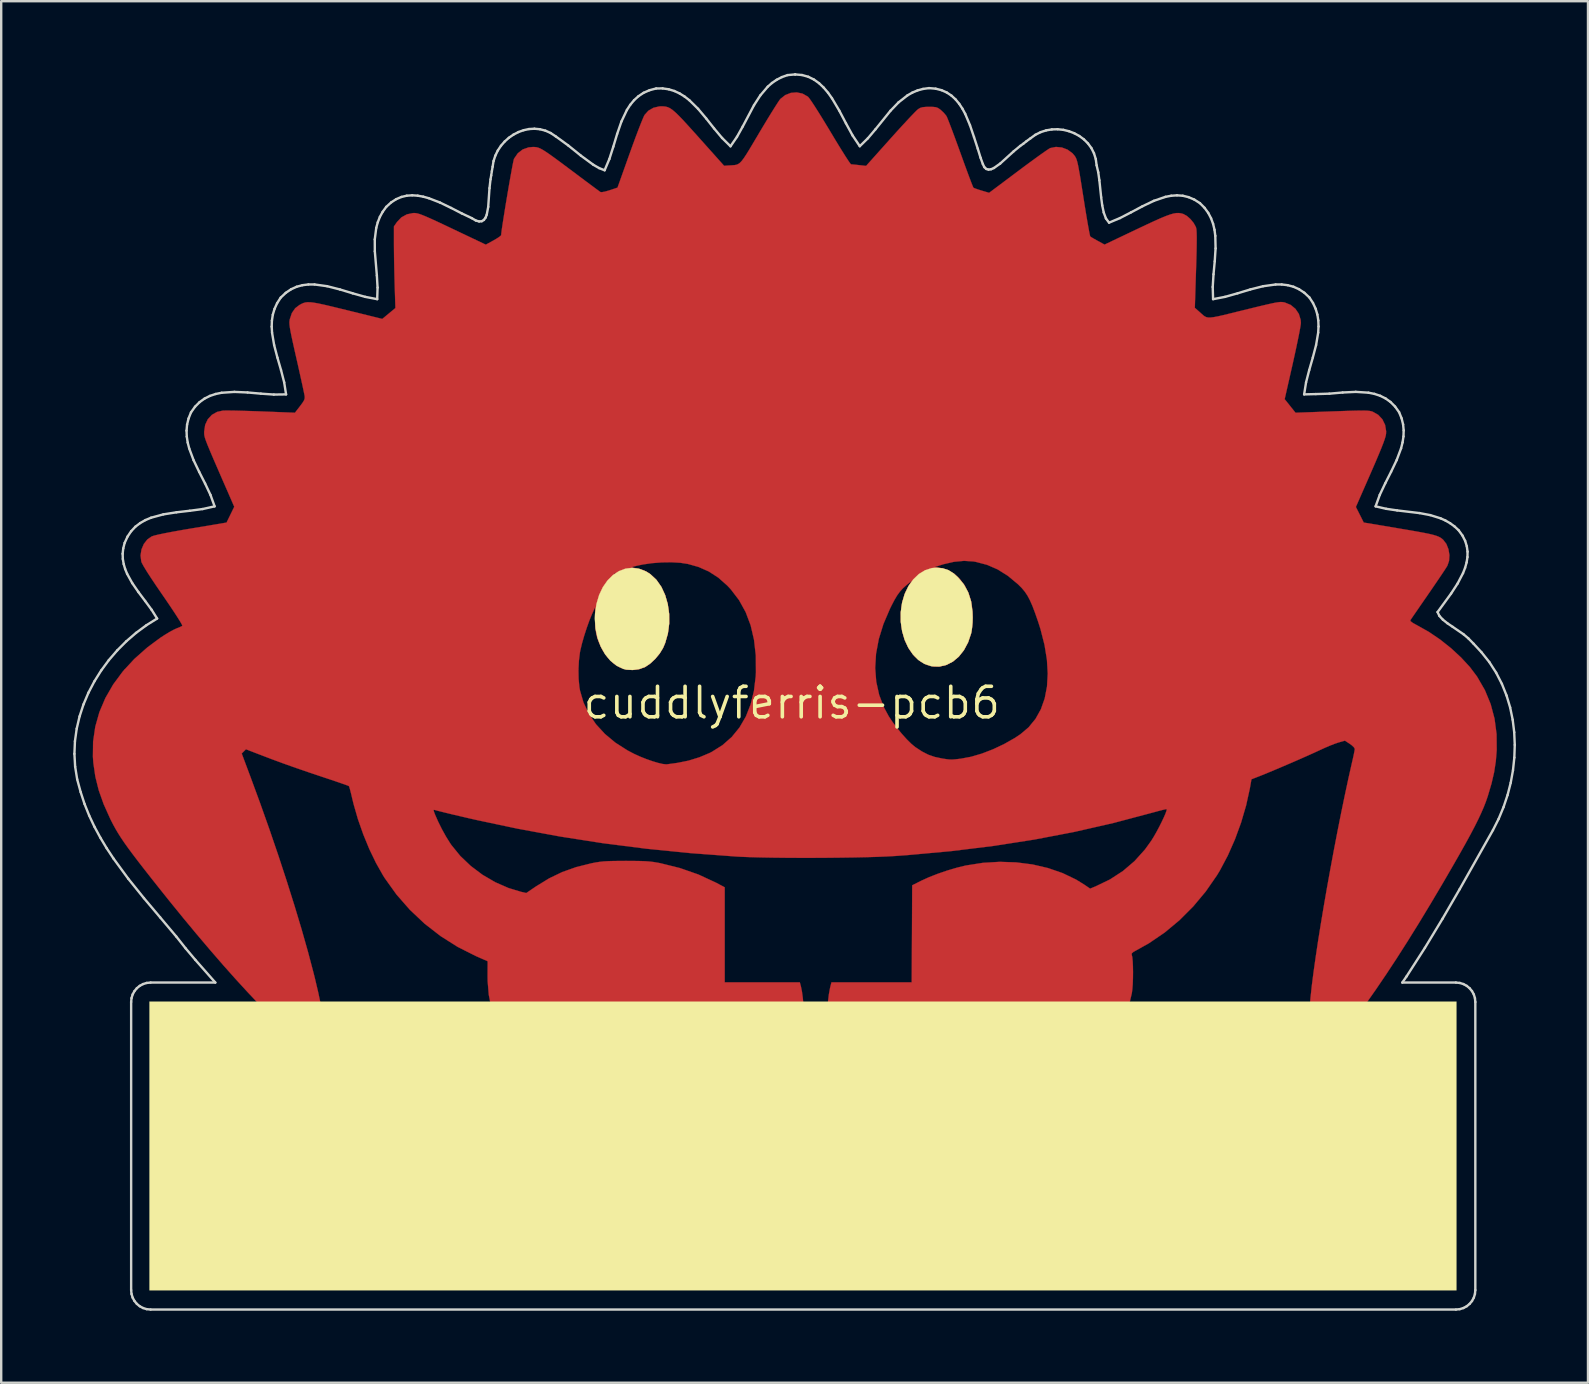
<source format=kicad_pcb>
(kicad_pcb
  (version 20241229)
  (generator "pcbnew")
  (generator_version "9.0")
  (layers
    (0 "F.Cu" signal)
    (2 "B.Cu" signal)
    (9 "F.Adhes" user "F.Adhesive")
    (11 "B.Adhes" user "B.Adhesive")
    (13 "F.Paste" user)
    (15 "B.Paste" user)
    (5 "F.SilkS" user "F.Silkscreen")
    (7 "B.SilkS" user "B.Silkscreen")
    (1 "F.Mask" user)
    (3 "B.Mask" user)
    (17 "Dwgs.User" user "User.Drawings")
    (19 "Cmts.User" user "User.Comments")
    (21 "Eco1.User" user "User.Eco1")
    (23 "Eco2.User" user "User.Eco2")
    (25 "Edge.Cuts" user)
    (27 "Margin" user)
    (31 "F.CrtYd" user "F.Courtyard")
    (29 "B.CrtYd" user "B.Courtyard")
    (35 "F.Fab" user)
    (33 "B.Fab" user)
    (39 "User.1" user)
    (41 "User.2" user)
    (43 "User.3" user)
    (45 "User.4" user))
  (footprint "cuddlyferris-pcb6"
    (layer "F.Cu")
    (at 29.933 26.229)
    (property "Reference" "cuddlyferris-pcb6" (at 0 0 0) (layer "F.SilkS") (effects (font (size 1.27 1.27) (thickness 0.15))))
    (attr through_hole)
    (fp_poly (pts (xy 0.446 -25.38) (xy 0.662 -25.258) (xy 0.678 -25.245) (xy 0.731 -25.182) (xy 0.822 -25.054) (xy 0.944 -24.869) (xy 1.093 -24.635) (xy 1.264 -24.361) (xy 1.451 -24.054) (xy 1.613 -23.786) (xy 1.796 -23.48) (xy 1.968 -23.198) (xy 2.122 -22.949) (xy 2.254 -22.74) (xy 2.359 -22.579) (xy 2.432 -22.475) (xy 2.467 -22.435) (xy 2.468 -22.434) (xy 2.534 -22.429) (xy 2.657 -22.417) (xy 2.807 -22.4) (xy 3.095 -22.368) (xy 4.107 -23.499) (xy 4.346 -23.765) (xy 4.573 -24.014) (xy 4.781 -24.239) (xy 4.961 -24.431) (xy 5.106 -24.582) (xy 5.209 -24.685) (xy 5.259 -24.729) (xy 5.347 -24.783) (xy 5.446 -24.813) (xy 5.58 -24.826) (xy 5.722 -24.828) (xy 5.892 -24.826) (xy 6.006 -24.812) (xy 6.092 -24.78) (xy 6.177 -24.722) (xy 6.208 -24.697) (xy 6.324 -24.589) (xy 6.422 -24.474) (xy 6.447 -24.437) (xy 6.478 -24.368) (xy 6.534 -24.229) (xy 6.611 -24.03) (xy 6.705 -23.782) (xy 6.811 -23.495) (xy 6.927 -23.178) (xy 7.028 -22.899) (xy 7.146 -22.571) (xy 7.256 -22.269) (xy 7.355 -22.001) (xy 7.439 -21.777) (xy 7.505 -21.606) (xy 7.549 -21.498) (xy 7.566 -21.461) (xy 7.62 -21.435) (xy 7.733 -21.395) (xy 7.882 -21.347) (xy 7.909 -21.339) (xy 8.22 -21.247) (xy 9.433 -22.156) (xy 9.718 -22.369) (xy 9.986 -22.566) (xy 10.228 -22.742) (xy 10.436 -22.891) (xy 10.601 -23.006) (xy 10.715 -23.082) (xy 10.766 -23.111) (xy 11.005 -23.159) (xy 11.253 -23.135) (xy 11.489 -23.045) (xy 11.691 -22.897) (xy 11.783 -22.788) (xy 11.815 -22.739) (xy 11.843 -22.684) (xy 11.87 -22.613) (xy 11.897 -22.518) (xy 11.926 -22.39) (xy 11.958 -22.22) (xy 11.997 -22.001) (xy 12.043 -21.721) (xy 12.098 -21.374) (xy 12.151 -21.04) (xy 12.207 -20.684) (xy 12.261 -20.355) (xy 12.31 -20.061) (xy 12.354 -19.812) (xy 12.39 -19.618) (xy 12.416 -19.488) (xy 12.432 -19.431) (xy 12.433 -19.429) (xy 12.485 -19.394) (xy 12.59 -19.332) (xy 12.727 -19.255) (xy 12.748 -19.243) (xy 13.029 -19.09) (xy 14.378 -19.732) (xy 14.773 -19.919) (xy 15.101 -20.071) (xy 15.369 -20.191) (xy 15.588 -20.281) (xy 15.765 -20.345) (xy 15.908 -20.385) (xy 16.027 -20.404) (xy 16.129 -20.405) (xy 16.223 -20.39) (xy 16.311 -20.365) (xy 16.457 -20.285) (xy 16.608 -20.152) (xy 16.74 -19.991) (xy 16.83 -19.829) (xy 16.845 -19.785) (xy 16.858 -19.707) (xy 16.865 -19.575) (xy 16.869 -19.383) (xy 16.867 -19.126) (xy 16.862 -18.799) (xy 16.851 -18.397) (xy 16.84 -18.039) (xy 16.79 -16.457) (xy 16.978 -16.291) (xy 17.064 -16.213) (xy 17.134 -16.15) (xy 17.198 -16.102) (xy 17.265 -16.069) (xy 17.345 -16.052) (xy 17.445 -16.052) (xy 17.577 -16.068) (xy 17.748 -16.1) (xy 17.969 -16.15) (xy 18.248 -16.218) (xy 18.595 -16.304) (xy 18.837 -16.363) (xy 19.228 -16.459) (xy 19.545 -16.536) (xy 19.798 -16.595) (xy 19.997 -16.64) (xy 20.149 -16.671) (xy 20.265 -16.689) (xy 20.352 -16.698) (xy 20.421 -16.697) (xy 20.481 -16.69) (xy 20.539 -16.678) (xy 20.54 -16.677) (xy 20.782 -16.578) (xy 20.98 -16.415) (xy 21.123 -16.203) (xy 21.198 -15.956) (xy 21.208 -15.833) (xy 21.199 -15.748) (xy 21.173 -15.591) (xy 21.132 -15.373) (xy 21.078 -15.106) (xy 21.014 -14.799) (xy 20.941 -14.463) (xy 20.871 -14.147) (xy 20.532 -12.652) (xy 20.758 -12.369) (xy 20.984 -12.086) (xy 22.504 -12.141) (xy 22.908 -12.155) (xy 23.236 -12.166) (xy 23.498 -12.173) (xy 23.703 -12.176) (xy 23.859 -12.175) (xy 23.977 -12.171) (xy 24.065 -12.162) (xy 24.131 -12.15) (xy 24.187 -12.133) (xy 24.201 -12.128) (xy 24.429 -11.998) (xy 24.603 -11.811) (xy 24.716 -11.579) (xy 24.759 -11.316) (xy 24.755 -11.209) (xy 24.74 -11.122) (xy 24.704 -11) (xy 24.646 -10.834) (xy 24.562 -10.619) (xy 24.45 -10.347) (xy 24.308 -10.013) (xy 24.133 -9.61) (xy 24.117 -9.573) (xy 23.498 -8.161) (xy 23.662 -7.837) (xy 23.825 -7.512) (xy 25.3 -7.264) (xy 25.716 -7.194) (xy 26.058 -7.134) (xy 26.333 -7.083) (xy 26.551 -7.039) (xy 26.721 -6.998) (xy 26.851 -6.959) (xy 26.95 -6.92) (xy 27.028 -6.879) (xy 27.092 -6.832) (xy 27.129 -6.8) (xy 27.266 -6.624) (xy 27.355 -6.4) (xy 27.395 -6.155) (xy 27.379 -5.913) (xy 27.31 -5.712) (xy 27.265 -5.64) (xy 27.18 -5.508) (xy 27.059 -5.327) (xy 26.911 -5.108) (xy 26.742 -4.86) (xy 26.559 -4.593) (xy 26.514 -4.528) (xy 26.332 -4.264) (xy 26.165 -4.022) (xy 26.019 -3.81) (xy 25.9 -3.638) (xy 25.816 -3.514) (xy 25.771 -3.448) (xy 25.767 -3.441) (xy 25.783 -3.396) (xy 25.876 -3.327) (xy 26.046 -3.233) (xy 26.069 -3.221) (xy 26.543 -2.954) (xy 27.014 -2.634) (xy 27.465 -2.275) (xy 27.881 -1.89) (xy 28.246 -1.494) (xy 28.544 -1.099) (xy 28.552 -1.086) (xy 28.873 -0.53) (xy 29.113 0.051) (xy 29.275 0.659) (xy 29.359 1.297) (xy 29.365 1.968) (xy 29.328 2.432) (xy 29.258 2.887) (xy 29.149 3.358) (xy 28.997 3.872) (xy 28.99 3.895) (xy 28.916 4.109) (xy 28.829 4.334) (xy 28.724 4.576) (xy 28.6 4.842) (xy 28.452 5.139) (xy 28.277 5.472) (xy 28.072 5.848) (xy 27.833 6.274) (xy 27.558 6.755) (xy 27.242 7.3) (xy 27.085 7.569) (xy 26.595 8.395) (xy 26.116 9.186) (xy 25.648 9.938) (xy 25.195 10.648) (xy 24.758 11.312) (xy 24.341 11.927) (xy 23.945 12.491) (xy 23.573 12.999) (xy 23.227 13.449) (xy 22.909 13.836) (xy 22.621 14.159) (xy 22.367 14.414) (xy 22.147 14.597) (xy 22.096 14.632) (xy 21.945 14.71) (xy 21.818 14.727) (xy 21.714 14.679) (xy 21.633 14.566) (xy 21.574 14.384) (xy 21.538 14.132) (xy 21.522 13.807) (xy 21.528 13.407) (xy 21.554 12.929) (xy 21.6 12.373) (xy 21.616 12.213) (xy 21.668 11.736) (xy 21.739 11.186) (xy 21.826 10.573) (xy 21.926 9.907) (xy 22.04 9.197) (xy 22.164 8.455) (xy 22.297 7.688) (xy 22.438 6.908) (xy 22.584 6.123) (xy 22.734 5.343) (xy 22.886 4.58) (xy 23.039 3.841) (xy 23.19 3.137) (xy 23.338 2.478) (xy 23.371 2.337) (xy 23.408 2.167) (xy 23.437 2.023) (xy 23.451 1.929) (xy 23.452 1.914) (xy 23.418 1.853) (xy 23.332 1.77) (xy 23.247 1.708) (xy 23.042 1.574) (xy 22.771 1.651) (xy 22.626 1.7) (xy 22.43 1.776) (xy 22.21 1.87) (xy 21.992 1.97) (xy 21.775 2.07) (xy 21.498 2.195) (xy 21.178 2.337) (xy 20.834 2.487) (xy 20.483 2.637) (xy 20.144 2.781) (xy 19.835 2.91) (xy 19.574 3.017) (xy 19.449 3.066) (xy 19.149 3.183) (xy 19.08 3.571) (xy 18.926 4.272) (xy 18.717 4.985) (xy 18.46 5.688) (xy 18.163 6.36) (xy 17.835 6.978) (xy 17.715 7.177) (xy 17.248 7.852) (xy 16.723 8.48) (xy 16.148 9.055) (xy 15.53 9.569) (xy 14.879 10.013) (xy 14.356 10.305) (xy 14.228 10.377) (xy 14.166 10.432) (xy 14.159 10.483) (xy 14.161 10.491) (xy 14.185 10.594) (xy 14.201 10.763) (xy 14.211 10.979) (xy 14.215 11.223) (xy 14.212 11.476) (xy 14.203 11.721) (xy 14.186 11.937) (xy 14.166 12.092) (xy 14.008 12.755) (xy 13.771 13.396) (xy 13.458 14.01) (xy 13.073 14.593) (xy 12.621 15.14) (xy 12.103 15.647) (xy 11.525 16.11) (xy 10.89 16.523) (xy 10.287 16.842) (xy 9.713 17.095) (xy 9.162 17.291) (xy 8.606 17.439) (xy 8.015 17.547) (xy 8.014 17.547) (xy 7.791 17.573) (xy 7.515 17.593) (xy 7.21 17.607) (xy 6.896 17.614) (xy 6.596 17.614) (xy 6.333 17.607) (xy 6.128 17.592) (xy 6.105 17.589) (xy 5.96 17.567) (xy 5.787 17.538) (xy 5.607 17.505) (xy 5.439 17.472) (xy 5.305 17.443) (xy 5.224 17.422) (xy 5.211 17.416) (xy 5.234 17.382) (xy 5.307 17.298) (xy 5.423 17.171) (xy 5.573 17.013) (xy 5.748 16.832) (xy 5.783 16.796) (xy 6.277 16.274) (xy 6.749 15.74) (xy 7.218 15.17) (xy 7.692 14.56) (xy 7.882 14.306) (xy 8.066 14.055) (xy 8.236 13.816) (xy 8.387 13.6) (xy 8.512 13.414) (xy 8.605 13.27) (xy 8.659 13.176) (xy 8.669 13.142) (xy 8.623 13.141) (xy 8.509 13.151) (xy 8.341 13.169) (xy 8.136 13.194) (xy 8.041 13.206) (xy 7.517 13.271) (xy 6.936 13.333) (xy 6.315 13.393) (xy 5.669 13.448) (xy 5.013 13.498) (xy 4.361 13.541) (xy 3.73 13.578) (xy 3.135 13.605) (xy 2.591 13.624) (xy 2.113 13.631) (xy 2.048 13.631) (xy 1.535 13.631) (xy 1.508 13.499) (xy 1.484 13.297) (xy 1.478 13.036) (xy 1.487 12.74) (xy 1.51 12.432) (xy 1.546 12.137) (xy 1.594 11.877) (xy 1.612 11.8) (xy 1.654 11.642) (xy 4.995 11.642) (xy 5.006 9.62) (xy 5.016 7.599) (xy 5.404 7.404) (xy 5.717 7.262) (xy 6.086 7.118) (xy 6.481 6.983) (xy 6.874 6.867) (xy 7.237 6.778) (xy 7.258 6.774) (xy 7.959 6.664) (xy 8.661 6.622) (xy 9.353 6.645) (xy 10.027 6.731) (xy 10.672 6.881) (xy 11.28 7.091) (xy 11.841 7.36) (xy 12.178 7.568) (xy 12.428 7.738) (xy 12.659 7.643) (xy 13.254 7.356) (xy 13.794 7.005) (xy 14.28 6.59) (xy 14.712 6.109) (xy 14.978 5.74) (xy 15.079 5.576) (xy 15.189 5.384) (xy 15.299 5.178) (xy 15.403 4.972) (xy 15.494 4.78) (xy 15.565 4.617) (xy 15.609 4.496) (xy 15.62 4.432) (xy 15.617 4.427) (xy 15.572 4.432) (xy 15.461 4.456) (xy 15.298 4.498) (xy 15.099 4.552) (xy 15.007 4.577) (xy 13.394 5.005) (xy 11.761 5.377) (xy 10.099 5.695) (xy 8.397 5.96) (xy 6.646 6.175) (xy 4.838 6.34) (xy 4.318 6.378) (xy 3.981 6.397) (xy 3.571 6.414) (xy 3.102 6.428) (xy 2.586 6.439) (xy 2.035 6.447) (xy 1.462 6.453) (xy 0.878 6.456) (xy 0.298 6.456) (xy -0.268 6.453) (xy -0.807 6.447) (xy -1.305 6.438) (xy -1.752 6.426) (xy -2.134 6.411) (xy -2.328 6.4) (xy -4.225 6.259) (xy -6.065 6.075) (xy -7.866 5.846) (xy -9.647 5.568) (xy -11.425 5.24) (xy -13.102 4.885) (xy -13.447 4.807) (xy -13.785 4.728) (xy -14.103 4.654) (xy -14.386 4.585) (xy -14.622 4.527) (xy -14.797 4.482) (xy -14.87 4.461) (xy -14.911 4.455) (xy -14.92 4.479) (xy -14.899 4.552) (xy -14.861 4.652) (xy -14.734 4.942) (xy -14.576 5.26) (xy -14.403 5.572) (xy -14.232 5.846) (xy -14.181 5.921) (xy -13.809 6.378) (xy -13.371 6.795) (xy -12.881 7.163) (xy -12.351 7.472) (xy -11.795 7.715) (xy -11.278 7.871) (xy -11.062 7.922) (xy -10.652 7.644) (xy -10.113 7.313) (xy -9.563 7.048) (xy -8.981 6.841) (xy -8.347 6.683) (xy -8.328 6.679) (xy -8.156 6.646) (xy -7.996 6.622) (xy -7.831 6.604) (xy -7.645 6.593) (xy -7.421 6.587) (xy -7.14 6.584) (xy -6.9 6.583) (xy -6.568 6.585) (xy -6.303 6.589) (xy -6.089 6.597) (xy -5.909 6.611) (xy -5.746 6.631) (xy -5.582 6.659) (xy -5.48 6.678) (xy -4.661 6.881) (xy -3.89 7.15) (xy -3.172 7.483) (xy -3.164 7.486) (xy -2.794 7.682) (xy -2.794 11.642) (xy 0.335 11.642) (xy 0.378 11.8) (xy 0.423 12.02) (xy 0.46 12.293) (xy 0.485 12.588) (xy 0.496 12.872) (xy 0.49 13.115) (xy 0.489 13.136) (xy 0.46 13.484) (xy -0.014 13.472) (xy -0.525 13.455) (xy -1.087 13.431) (xy -1.687 13.401) (xy -2.312 13.365) (xy -2.95 13.325) (xy -3.587 13.281) (xy -4.211 13.234) (xy -4.809 13.185) (xy -5.368 13.136) (xy -5.875 13.086) (xy -6.318 13.038) (xy -6.534 13.011) (xy -6.739 12.984) (xy -6.517 13.34) (xy -5.919 14.258) (xy -5.32 15.106) (xy -4.708 15.896) (xy -4.075 16.642) (xy -3.759 16.988) (xy -3.611 17.15) (xy -3.488 17.289) (xy -3.4 17.395) (xy -3.356 17.455) (xy -3.354 17.465) (xy -3.413 17.49) (xy -3.54 17.523) (xy -3.716 17.56) (xy -3.925 17.598) (xy -4.149 17.635) (xy -4.372 17.667) (xy -4.576 17.69) (xy -4.621 17.694) (xy -4.959 17.72) (xy -5.253 17.729) (xy -5.542 17.724) (xy -5.865 17.703) (xy -5.971 17.694) (xy -6.696 17.592) (xy -7.431 17.418) (xy -8.155 17.179) (xy -8.845 16.88) (xy -8.958 16.824) (xy -9.568 16.474) (xy -10.147 16.066) (xy -10.685 15.61) (xy -11.172 15.114) (xy -11.599 14.588) (xy -11.956 14.042) (xy -12.097 13.78) (xy -12.341 13.233) (xy -12.515 12.701) (xy -12.622 12.162) (xy -12.669 11.595) (xy -12.672 11.362) (xy -12.669 10.764) (xy -13.167 10.544) (xy -13.918 10.166) (xy -14.63 9.715) (xy -15.296 9.198) (xy -15.91 8.619) (xy -16.465 7.985) (xy -16.955 7.301) (xy -17.028 7.185) (xy -17.319 6.67) (xy -17.597 6.094) (xy -17.85 5.479) (xy -18.072 4.847) (xy -18.252 4.222) (xy -18.312 3.976) (xy -18.357 3.784) (xy -18.398 3.623) (xy -18.431 3.511) (xy -18.449 3.466) (xy -18.496 3.446) (xy -18.612 3.403) (xy -18.786 3.343) (xy -19.006 3.267) (xy -19.262 3.181) (xy -19.473 3.111) (xy -20.087 2.905) (xy -20.643 2.714) (xy -21.167 2.528) (xy -21.682 2.338) (xy -22.174 2.15) (xy -22.738 1.933) (xy -22.826 2.021) (xy -22.914 2.11) (xy -22.549 3.085) (xy -22.146 4.181) (xy -21.758 5.275) (xy -21.388 6.358) (xy -21.04 7.419) (xy -20.716 8.448) (xy -20.419 9.435) (xy -20.154 10.37) (xy -19.924 11.242) (xy -19.871 11.451) (xy -19.725 12.071) (xy -19.608 12.627) (xy -19.522 13.118) (xy -19.466 13.542) (xy -19.441 13.896) (xy -19.446 14.178) (xy -19.482 14.388) (xy -19.549 14.521) (xy -19.598 14.561) (xy -19.719 14.579) (xy -19.888 14.531) (xy -20.102 14.419) (xy -20.359 14.246) (xy -20.657 14.013) (xy -20.993 13.724) (xy -21.365 13.38) (xy -21.77 12.984) (xy -22.207 12.539) (xy -22.673 12.045) (xy -23.166 11.507) (xy -23.684 10.926) (xy -24.223 10.304) (xy -24.783 9.644) (xy -25.36 8.949) (xy -25.952 8.22) (xy -26.296 7.789) (xy -26.652 7.34) (xy -26.96 6.948) (xy -27.224 6.608) (xy -27.449 6.312) (xy -27.641 6.053) (xy -27.804 5.824) (xy -27.944 5.617) (xy -28.065 5.426) (xy -28.173 5.244) (xy -28.272 5.063) (xy -28.368 4.876) (xy -28.394 4.822) (xy -28.666 4.217) (xy -28.87 3.641) (xy -29.011 3.076) (xy -29.094 2.507) (xy -29.113 2.244) (xy -29.105 1.612) (xy -29.014 0.991) (xy -28.843 0.385) (xy -28.593 -0.203) (xy -28.266 -0.77) (xy -27.864 -1.313) (xy -27.807 -1.375) (xy -8.887 -1.375) (xy -8.88 -1) (xy -8.848 -0.66) (xy -8.823 -0.517) (xy -8.678 -0.019) (xy -8.455 0.451) (xy -8.157 0.89) (xy -7.787 1.293) (xy -7.348 1.658) (xy -6.842 1.981) (xy -6.567 2.125) (xy -6.321 2.237) (xy -6.062 2.34) (xy -5.807 2.43) (xy -5.573 2.5) (xy -5.376 2.546) (xy -5.234 2.561) (xy -5.207 2.56) (xy -5.088 2.544) (xy -4.922 2.522) (xy -4.759 2.499) (xy -4.307 2.408) (xy -3.848 2.267) (xy -3.421 2.087) (xy -3.329 2.04) (xy -2.886 1.761) (xy -2.501 1.422) (xy -2.177 1.024) (xy -1.914 0.571) (xy -1.714 0.063) (xy -1.576 -0.498) (xy -1.502 -1.109) (xy -1.494 -1.271) (xy -1.495 -1.455) (xy 3.474 -1.455) (xy 3.518 -0.882) (xy 3.64 -0.332) (xy 3.841 0.193) (xy 4.039 0.559) (xy 4.195 0.794) (xy 4.382 1.044) (xy 4.585 1.291) (xy 4.789 1.517) (xy 4.98 1.706) (xy 5.141 1.84) (xy 5.426 2.026) (xy 5.688 2.16) (xy 5.957 2.253) (xy 6.265 2.318) (xy 6.329 2.328) (xy 6.471 2.349) (xy 6.577 2.36) (xy 6.675 2.362) (xy 6.791 2.354) (xy 6.951 2.336) (xy 7.048 2.324) (xy 7.465 2.246) (xy 7.918 2.113) (xy 8.385 1.933) (xy 8.848 1.714) (xy 9.285 1.466) (xy 9.519 1.311) (xy 9.868 1.016) (xy 10.154 0.666) (xy 10.377 0.265) (xy 10.536 -0.185) (xy 10.632 -0.681) (xy 10.662 -1.22) (xy 10.628 -1.799) (xy 10.528 -2.415) (xy 10.362 -3.066) (xy 10.263 -3.378) (xy 10.137 -3.74) (xy 10.026 -4.034) (xy 9.921 -4.272) (xy 9.818 -4.467) (xy 9.707 -4.633) (xy 9.582 -4.782) (xy 9.437 -4.928) (xy 9.423 -4.941) (xy 9.006 -5.289) (xy 8.58 -5.557) (xy 8.136 -5.75) (xy 7.665 -5.874) (xy 7.561 -5.892) (xy 7.174 -5.916) (xy 6.753 -5.876) (xy 6.314 -5.774) (xy 6.244 -5.752) (xy 5.948 -5.657) (xy 6.168 -5.627) (xy 6.473 -5.545) (xy 6.753 -5.387) (xy 7.002 -5.161) (xy 7.212 -4.875) (xy 7.376 -4.536) (xy 7.471 -4.226) (xy 7.51 -3.983) (xy 7.53 -3.697) (xy 7.53 -3.398) (xy 7.509 -3.119) (xy 7.471 -2.898) (xy 7.344 -2.522) (xy 7.172 -2.2) (xy 6.964 -1.935) (xy 6.726 -1.731) (xy 6.467 -1.591) (xy 6.194 -1.517) (xy 5.913 -1.513) (xy 5.633 -1.581) (xy 5.361 -1.725) (xy 5.105 -1.947) (xy 5.104 -1.949) (xy 4.881 -2.247) (xy 4.712 -2.595) (xy 4.599 -2.981) (xy 4.542 -3.387) (xy 4.544 -3.801) (xy 4.604 -4.208) (xy 4.724 -4.591) (xy 4.872 -4.884) (xy 4.998 -5.09) (xy 4.779 -4.906) (xy 4.632 -4.775) (xy 4.508 -4.639) (xy 4.393 -4.482) (xy 4.276 -4.286) (xy 4.145 -4.034) (xy 4.089 -3.919) (xy 3.817 -3.283) (xy 3.624 -2.659) (xy 3.51 -2.048) (xy 3.474 -1.455) (xy -1.495 -1.455) (xy -1.499 -1.975) (xy -1.573 -2.627) (xy -1.713 -3.229) (xy -1.921 -3.78) (xy -2.197 -4.28) (xy -2.541 -4.73) (xy -2.688 -4.887) (xy -3.061 -5.217) (xy -3.455 -5.472) (xy -3.887 -5.663) (xy -4.332 -5.788) (xy -4.646 -5.836) (xy -5.015 -5.857) (xy -5.415 -5.851) (xy -5.821 -5.82) (xy -6.207 -5.764) (xy -6.244 -5.756) (xy -6.429 -5.718) (xy -6.571 -5.684) (xy -6.655 -5.658) (xy -6.671 -5.644) (xy -6.668 -5.643) (xy -6.413 -5.595) (xy -6.216 -5.539) (xy -6.052 -5.464) (xy -5.913 -5.375) (xy -5.655 -5.14) (xy -5.444 -4.845) (xy -5.281 -4.502) (xy -5.169 -4.124) (xy -5.11 -3.723) (xy -5.106 -3.311) (xy -5.159 -2.9) (xy -5.272 -2.503) (xy -5.364 -2.286) (xy -5.505 -2.056) (xy -5.693 -1.829) (xy -5.905 -1.631) (xy -6.117 -1.489) (xy -6.117 -1.489) (xy -6.365 -1.401) (xy -6.645 -1.37) (xy -6.925 -1.396) (xy -7.168 -1.477) (xy -7.436 -1.652) (xy -7.678 -1.899) (xy -7.887 -2.204) (xy -8.052 -2.555) (xy -8.112 -2.731) (xy -8.154 -2.919) (xy -8.18 -3.15) (xy -8.189 -3.444) (xy -8.19 -3.487) (xy -8.191 -3.989) (xy -8.313 -3.72) (xy -8.425 -3.449) (xy -8.538 -3.135) (xy -8.646 -2.803) (xy -8.738 -2.482) (xy -8.806 -2.199) (xy -8.825 -2.101) (xy -8.868 -1.752) (xy -8.887 -1.375) (xy -27.807 -1.375) (xy -27.389 -1.828) (xy -26.842 -2.313) (xy -26.304 -2.712) (xy -26.111 -2.837) (xy -25.921 -2.952) (xy -25.756 -3.042) (xy -25.642 -3.095) (xy -25.514 -3.146) (xy -25.419 -3.191) (xy -25.389 -3.211) (xy -25.403 -3.255) (xy -25.462 -3.361) (xy -25.562 -3.523) (xy -25.699 -3.736) (xy -25.87 -3.993) (xy -26.069 -4.287) (xy -26.2 -4.477) (xy -26.473 -4.875) (xy -26.697 -5.211) (xy -26.818 -5.397) (xy -7.408 -5.397) (xy -7.387 -5.376) (xy -7.366 -5.397) (xy -7.387 -5.419) (xy -7.408 -5.397) (xy -26.818 -5.397) (xy -26.873 -5.483) (xy -26.999 -5.691) (xy -27.076 -5.833) (xy -27.098 -5.891) (xy -27.128 -6.141) (xy -27.09 -6.389) (xy -26.993 -6.617) (xy -26.846 -6.806) (xy -26.664 -6.933) (xy -26.56 -6.968) (xy -26.374 -7.013) (xy -26.109 -7.068) (xy -25.769 -7.133) (xy -25.355 -7.207) (xy -25.013 -7.265) (xy -23.546 -7.511) (xy -23.385 -7.84) (xy -23.225 -8.169) (xy -23.534 -8.879) (xy -23.737 -9.343) (xy -23.908 -9.737) (xy -24.051 -10.066) (xy -24.168 -10.338) (xy -24.261 -10.559) (xy -24.334 -10.735) (xy -24.388 -10.874) (xy -24.427 -10.981) (xy -24.453 -11.065) (xy -24.468 -11.13) (xy -24.476 -11.185) (xy -24.478 -11.235) (xy -24.477 -11.287) (xy -24.477 -11.311) (xy -24.436 -11.582) (xy -24.327 -11.814) (xy -24.158 -11.997) (xy -23.939 -12.121) (xy -23.701 -12.174) (xy -23.603 -12.177) (xy -23.433 -12.177) (xy -23.203 -12.174) (xy -22.925 -12.167) (xy -22.61 -12.158) (xy -22.272 -12.147) (xy -22.085 -12.14) (xy -20.697 -12.086) (xy -20.484 -12.361) (xy -20.377 -12.506) (xy -20.315 -12.608) (xy -20.29 -12.689) (xy -20.291 -12.771) (xy -20.293 -12.785) (xy -20.307 -12.86) (xy -20.338 -13.008) (xy -20.382 -13.217) (xy -20.439 -13.475) (xy -20.505 -13.773) (xy -20.578 -14.1) (xy -20.635 -14.351) (xy -20.722 -14.735) (xy -20.791 -15.046) (xy -20.844 -15.293) (xy -20.882 -15.486) (xy -20.908 -15.634) (xy -20.922 -15.746) (xy -20.927 -15.832) (xy -20.924 -15.902) (xy -20.915 -15.964) (xy -20.912 -15.978) (xy -20.825 -16.24) (xy -20.686 -16.44) (xy -20.517 -16.569) (xy -20.431 -16.617) (xy -20.35 -16.654) (xy -20.267 -16.679) (xy -20.172 -16.69) (xy -20.056 -16.688) (xy -19.91 -16.671) (xy -19.725 -16.638) (xy -19.491 -16.588) (xy -19.2 -16.52) (xy -18.843 -16.433) (xy -18.543 -16.36) (xy -17.058 -15.994) (xy -16.785 -16.22) (xy -16.512 -16.447) (xy -16.543 -17.441) (xy -16.552 -17.779) (xy -16.56 -18.14) (xy -16.567 -18.497) (xy -16.571 -18.827) (xy -16.573 -19.102) (xy -16.573 -19.142) (xy -16.573 -19.847) (xy -16.446 -20.031) (xy -16.263 -20.223) (xy -16.034 -20.35) (xy -15.774 -20.404) (xy -15.73 -20.405) (xy -15.666 -20.401) (xy -15.593 -20.388) (xy -15.502 -20.362) (xy -15.385 -20.319) (xy -15.234 -20.257) (xy -15.04 -20.171) (xy -14.794 -20.059) (xy -14.49 -19.916) (xy -14.132 -19.746) (xy -12.746 -19.088) (xy -12.427 -19.263) (xy -12.282 -19.347) (xy -12.172 -19.421) (xy -12.113 -19.472) (xy -12.107 -19.483) (xy -12.1 -19.564) (xy -12.081 -19.713) (xy -12.05 -19.921) (xy -12.011 -20.174) (xy -11.965 -20.461) (xy -11.915 -20.771) (xy -11.861 -21.091) (xy -11.807 -21.411) (xy -11.754 -21.718) (xy -11.703 -22.002) (xy -11.658 -22.25) (xy -11.62 -22.45) (xy -11.59 -22.592) (xy -11.572 -22.663) (xy -11.57 -22.667) (xy -11.413 -22.895) (xy -11.208 -23.054) (xy -10.963 -23.14) (xy -10.786 -23.156) (xy -10.708 -23.154) (xy -10.635 -23.146) (xy -10.56 -23.127) (xy -10.475 -23.092) (xy -10.373 -23.037) (xy -10.246 -22.957) (xy -10.086 -22.848) (xy -9.886 -22.704) (xy -9.638 -22.522) (xy -9.335 -22.295) (xy -9.122 -22.136) (xy -8.854 -21.935) (xy -8.606 -21.749) (xy -8.387 -21.586) (xy -8.205 -21.451) (xy -8.069 -21.351) (xy -7.988 -21.291) (xy -7.968 -21.278) (xy -7.905 -21.275) (xy -7.785 -21.297) (xy -7.631 -21.34) (xy -7.587 -21.354) (xy -7.26 -21.463) (xy -6.752 -22.888) (xy -6.63 -23.226) (xy -6.513 -23.545) (xy -6.403 -23.836) (xy -6.306 -24.086) (xy -6.225 -24.287) (xy -6.165 -24.427) (xy -6.133 -24.49) (xy -5.974 -24.667) (xy -5.763 -24.789) (xy -5.52 -24.847) (xy -5.448 -24.85) (xy -5.344 -24.848) (xy -5.251 -24.837) (xy -5.162 -24.813) (xy -5.071 -24.77) (xy -4.97 -24.701) (xy -4.852 -24.601) (xy -4.711 -24.465) (xy -4.539 -24.287) (xy -4.331 -24.06) (xy -4.078 -23.78) (xy -3.866 -23.544) (xy -2.819 -22.373) (xy -2.605 -22.387) (xy -2.486 -22.394) (xy -2.389 -22.401) (xy -2.306 -22.416) (xy -2.232 -22.446) (xy -2.16 -22.497) (xy -2.084 -22.576) (xy -1.997 -22.692) (xy -1.893 -22.849) (xy -1.765 -23.056) (xy -1.608 -23.32) (xy -1.414 -23.646) (xy -1.354 -23.749) (xy -1.171 -24.054) (xy -0.998 -24.341) (xy -0.839 -24.599) (xy -0.701 -24.819) (xy -0.59 -24.993) (xy -0.511 -25.111) (xy -0.473 -25.16) (xy -0.271 -25.319) (xy -0.038 -25.41) (xy 0.206 -25.43) (xy 0.446 -25.38)) (stroke (width 0.01) (type solid)) (fill yes) (layer "F.Cu"))
    (fp_poly (pts (xy -19.897 8.472) (xy -19.816 8.545) (xy -19.695 8.664) (xy -19.54 8.823) (xy -19.359 9.012) (xy -19.211 9.17) (xy -18.959 9.441) (xy -18.755 9.659) (xy -18.591 9.831) (xy -18.457 9.967) (xy -18.344 10.074) (xy -18.245 10.162) (xy -18.149 10.238) (xy -18.047 10.312) (xy -17.932 10.392) (xy -17.928 10.394) (xy -17.583 10.606) (xy -17.259 10.753) (xy -16.989 10.835) (xy -16.807 10.859) (xy -16.654 10.835) (xy -16.524 10.754) (xy -16.409 10.61) (xy -16.302 10.397) (xy -16.198 10.107) (xy -16.177 10.042) (xy -16.11 9.843) (xy -16.048 9.719) (xy -15.977 9.667) (xy -15.884 9.684) (xy -15.754 9.765) (xy -15.597 9.89) (xy -15.335 10.093) (xy -15.02 10.315) (xy -14.674 10.541) (xy -14.322 10.757) (xy -13.988 10.946) (xy -13.873 11.007) (xy -13.421 11.239) (xy -13.42 11.462) (xy -13.42 11.684) (xy -19.075 11.684) (xy -19.195 11.187) (xy -19.241 11.005) (xy -19.306 10.761) (xy -19.384 10.471) (xy -19.471 10.153) (xy -19.563 9.825) (xy -19.629 9.593) (xy -19.711 9.301) (xy -19.784 9.035) (xy -19.846 8.807) (xy -19.892 8.627) (xy -19.92 8.505) (xy -19.928 8.455) (xy -19.928 8.454) (xy -19.897 8.472)) (stroke (width 0.01) (type solid)) (fill yes) (layer "F.Mask"))
    (fp_poly (pts (xy 17.76 8.48) (xy 17.743 8.59) (xy 17.713 8.745) (xy 17.69 8.851) (xy 17.64 9.129) (xy 17.609 9.424) (xy 17.597 9.714) (xy 17.604 9.975) (xy 17.632 10.185) (xy 17.645 10.236) (xy 17.746 10.451) (xy 17.903 10.634) (xy 18.096 10.774) (xy 18.309 10.856) (xy 18.522 10.87) (xy 18.531 10.869) (xy 18.764 10.819) (xy 19 10.732) (xy 19.248 10.604) (xy 19.515 10.428) (xy 19.808 10.2) (xy 20.135 9.915) (xy 20.502 9.568) (xy 20.585 9.488) (xy 20.791 9.286) (xy 20.977 9.107) (xy 21.135 8.958) (xy 21.255 8.847) (xy 21.33 8.781) (xy 21.351 8.767) (xy 21.349 8.811) (xy 21.334 8.93) (xy 21.31 9.112) (xy 21.277 9.35) (xy 21.236 9.632) (xy 21.189 9.949) (xy 21.147 10.223) (xy 20.928 11.663) (xy 14.944 11.685) (xy 14.944 11.512) (xy 14.983 11.321) (xy 15.101 11.104) (xy 15.295 10.863) (xy 15.565 10.599) (xy 15.595 10.571) (xy 15.724 10.454) (xy 15.894 10.295) (xy 16.094 10.103) (xy 16.315 9.888) (xy 16.546 9.66) (xy 16.779 9.43) (xy 17.003 9.206) (xy 17.208 8.999) (xy 17.385 8.818) (xy 17.522 8.673) (xy 17.612 8.575) (xy 17.627 8.557) (xy 17.7 8.474) (xy 17.751 8.433) (xy 17.76 8.433) (xy 17.76 8.48)) (stroke (width 0.01) (type solid)) (fill yes) (layer "F.Mask"))
    (fp_poly (pts (xy -4.713 -5.887) (xy -4.174 -5.792) (xy -3.675 -5.626) (xy -3.219 -5.391) (xy -2.808 -5.087) (xy -2.445 -4.715) (xy -2.131 -4.277) (xy -1.967 -3.979) (xy -1.758 -3.505) (xy -1.605 -3.024) (xy -1.505 -2.521) (xy -1.455 -1.978) (xy -1.451 -1.38) (xy -1.452 -1.333) (xy -1.495 -0.743) (xy -1.581 -0.217) (xy -1.716 0.253) (xy -1.901 0.677) (xy -2.142 1.064) (xy -2.44 1.422) (xy -2.519 1.503) (xy -2.888 1.826) (xy -3.291 2.086) (xy -3.74 2.29) (xy -4.247 2.443) (xy -4.469 2.491) (xy -4.764 2.546) (xy -4.995 2.581) (xy -5.182 2.596) (xy -5.344 2.591) (xy -5.5 2.567) (xy -5.669 2.525) (xy -5.694 2.518) (xy -6.295 2.308) (xy -6.847 2.044) (xy -7.345 1.731) (xy -7.784 1.372) (xy -8.159 0.971) (xy -8.466 0.533) (xy -8.699 0.062) (xy -8.762 -0.111) (xy -8.822 -0.297) (xy -8.863 -0.455) (xy -8.89 -0.61) (xy -8.908 -0.79) (xy -8.92 -1.02) (xy -8.923 -1.109) (xy -8.925 -1.527) (xy -8.896 -1.913) (xy -8.833 -2.294) (xy -8.731 -2.698) (xy -8.636 -3.006) (xy -8.564 -3.213) (xy -8.48 -3.435) (xy -8.392 -3.657) (xy -8.304 -3.865) (xy -8.222 -4.044) (xy -8.154 -4.18) (xy -8.105 -4.261) (xy -8.087 -4.276) (xy -8.08 -4.238) (xy -8.091 -4.139) (xy -8.116 -3.999) (xy -8.118 -3.99) (xy -8.164 -3.615) (xy -8.15 -3.232) (xy -8.082 -2.856) (xy -7.964 -2.497) (xy -7.801 -2.17) (xy -7.6 -1.886) (xy -7.364 -1.659) (xy -7.122 -1.512) (xy -6.863 -1.435) (xy -6.582 -1.419) (xy -6.31 -1.464) (xy -6.167 -1.519) (xy -5.908 -1.69) (xy -5.671 -1.929) (xy -5.466 -2.224) (xy -5.303 -2.56) (xy -5.203 -2.879) (xy -5.166 -3.119) (xy -5.151 -3.407) (xy -5.157 -3.709) (xy -5.185 -3.992) (xy -5.225 -4.191) (xy -5.35 -4.544) (xy -5.523 -4.863) (xy -5.733 -5.136) (xy -5.97 -5.35) (xy -6.226 -5.493) (xy -6.242 -5.499) (xy -6.529 -5.575) (xy -6.797 -5.577) (xy -7.06 -5.502) (xy -7.326 -5.354) (xy -7.443 -5.277) (xy -7.529 -5.224) (xy -7.563 -5.207) (xy -7.557 -5.239) (xy -7.518 -5.317) (xy -7.507 -5.334) (xy -7.439 -5.414) (xy -7.329 -5.488) (xy -7.167 -5.56) (xy -6.944 -5.633) (xy -6.649 -5.712) (xy -6.543 -5.739) (xy -5.9 -5.861) (xy -5.289 -5.91) (xy -4.713 -5.887)) (stroke (width 0.01) (type solid)) (fill yes) (layer "F.Mask"))
    (fp_poly (pts (xy 7.563 -5.941) (xy 7.998 -5.846) (xy 8.447 -5.674) (xy 8.461 -5.668) (xy 8.92 -5.413) (xy 9.348 -5.092) (xy 9.614 -4.839) (xy 9.719 -4.721) (xy 9.806 -4.603) (xy 9.885 -4.466) (xy 9.969 -4.288) (xy 10.067 -4.056) (xy 10.32 -3.374) (xy 10.509 -2.718) (xy 10.635 -2.092) (xy 10.699 -1.498) (xy 10.7 -0.941) (xy 10.639 -0.424) (xy 10.517 0.05) (xy 10.334 0.477) (xy 10.089 0.854) (xy 9.785 1.177) (xy 9.523 1.377) (xy 8.993 1.698) (xy 8.459 1.962) (xy 7.93 2.166) (xy 7.415 2.306) (xy 6.923 2.381) (xy 6.462 2.388) (xy 6.285 2.37) (xy 5.836 2.267) (xy 5.413 2.083) (xy 5.017 1.82) (xy 5.008 1.814) (xy 4.833 1.653) (xy 4.633 1.436) (xy 4.423 1.183) (xy 4.22 0.912) (xy 4.037 0.644) (xy 3.889 0.397) (xy 3.848 0.318) (xy 3.688 -0.04) (xy 3.574 -0.377) (xy 3.498 -0.725) (xy 3.454 -1.11) (xy 3.442 -1.333) (xy 3.44 -1.784) (xy 3.477 -2.203) (xy 3.558 -2.621) (xy 3.687 -3.069) (xy 3.707 -3.128) (xy 3.808 -3.402) (xy 3.934 -3.702) (xy 4.074 -4.005) (xy 4.216 -4.284) (xy 4.349 -4.517) (xy 4.394 -4.588) (xy 4.463 -4.671) (xy 4.569 -4.78) (xy 4.7 -4.903) (xy 4.839 -5.025) (xy 4.973 -5.137) (xy 5.086 -5.223) (xy 5.165 -5.272) (xy 5.193 -5.277) (xy 5.18 -5.236) (xy 5.126 -5.15) (xy 5.055 -5.052) (xy 4.837 -4.703) (xy 4.684 -4.318) (xy 4.598 -3.912) (xy 4.577 -3.497) (xy 4.621 -3.085) (xy 4.73 -2.69) (xy 4.902 -2.325) (xy 5.138 -2.001) (xy 5.171 -1.965) (xy 5.421 -1.752) (xy 5.685 -1.617) (xy 5.956 -1.558) (xy 6.226 -1.572) (xy 6.49 -1.655) (xy 6.738 -1.805) (xy 6.965 -2.018) (xy 7.164 -2.291) (xy 7.326 -2.621) (xy 7.429 -2.94) (xy 7.469 -3.177) (xy 7.489 -3.46) (xy 7.487 -3.755) (xy 7.463 -4.028) (xy 7.429 -4.207) (xy 7.293 -4.595) (xy 7.102 -4.937) (xy 6.864 -5.222) (xy 6.585 -5.441) (xy 6.563 -5.454) (xy 6.445 -5.515) (xy 6.331 -5.55) (xy 6.189 -5.564) (xy 6.047 -5.567) (xy 5.896 -5.57) (xy 5.788 -5.579) (xy 5.74 -5.591) (xy 5.74 -5.594) (xy 5.798 -5.634) (xy 5.919 -5.688) (xy 6.084 -5.748) (xy 6.275 -5.809) (xy 6.473 -5.863) (xy 6.659 -5.905) (xy 6.673 -5.908) (xy 7.127 -5.961) (xy 7.563 -5.941)) (stroke (width 0.01) (type solid)) (fill yes) (layer "F.Mask"))
    (fp_poly (pts (xy 27.686 24.469) (xy -26.755 24.469) (xy -26.755 12.446) (xy 27.686 12.446) (xy 27.686 24.469)) (stroke (width 0.01) (type solid)) (fill yes) (layer "F.SilkS"))
    (fp_poly (pts (xy -6.359 -5.587) (xy -6.069 -5.473) (xy -5.888 -5.358) (xy -5.637 -5.123) (xy -5.431 -4.828) (xy -5.274 -4.486) (xy -5.166 -4.108) (xy -5.11 -3.708) (xy -5.108 -3.297) (xy -5.162 -2.889) (xy -5.275 -2.495) (xy -5.364 -2.286) (xy -5.503 -2.058) (xy -5.688 -1.834) (xy -5.897 -1.639) (xy -6.104 -1.499) (xy -6.116 -1.493) (xy -6.359 -1.406) (xy -6.63 -1.369) (xy -6.892 -1.384) (xy -7.015 -1.413) (xy -7.301 -1.55) (xy -7.558 -1.758) (xy -7.779 -2.026) (xy -7.959 -2.346) (xy -8.094 -2.706) (xy -8.177 -3.096) (xy -8.205 -3.508) (xy -8.197 -3.71) (xy -8.136 -4.122) (xy -8.025 -4.494) (xy -7.87 -4.821) (xy -7.676 -5.099) (xy -7.451 -5.323) (xy -7.2 -5.488) (xy -6.93 -5.59) (xy -6.647 -5.624) (xy -6.359 -5.587)) (stroke (width 0.01) (type solid)) (fill yes) (layer "F.SilkS"))
    (fp_poly (pts (xy 6.29 -5.606) (xy 6.531 -5.527) (xy 6.755 -5.384) (xy 6.922 -5.231) (xy 7.169 -4.934) (xy 7.349 -4.604) (xy 7.468 -4.23) (xy 7.526 -3.806) (xy 7.535 -3.554) (xy 7.528 -3.335) (xy 7.508 -3.116) (xy 7.479 -2.935) (xy 7.471 -2.898) (xy 7.343 -2.52) (xy 7.168 -2.193) (xy 6.954 -1.924) (xy 6.706 -1.717) (xy 6.431 -1.578) (xy 6.136 -1.512) (xy 5.828 -1.524) (xy 5.806 -1.528) (xy 5.523 -1.624) (xy 5.266 -1.791) (xy 5.041 -2.021) (xy 4.851 -2.303) (xy 4.701 -2.629) (xy 4.596 -2.987) (xy 4.54 -3.37) (xy 4.538 -3.766) (xy 4.592 -4.159) (xy 4.701 -4.53) (xy 4.859 -4.86) (xy 5.059 -5.141) (xy 5.293 -5.366) (xy 5.554 -5.526) (xy 5.834 -5.615) (xy 6.011 -5.63) (xy 6.29 -5.606)) (stroke (width 0.01) (type solid)) (fill yes) (layer "F.SilkS"))
    (fp_line (start -29.883 2.124) (end -29.853 2.655) (stroke (width 0.1) (type solid)) (layer "Edge.Cuts"))
    (fp_line (start -29.861 1.597) (end -29.883 2.124) (stroke (width 0.1) (type solid)) (layer "Edge.Cuts"))
    (fp_line (start -29.853 2.655) (end -29.768 3.185) (stroke (width 0.1) (type solid)) (layer "Edge.Cuts"))
    (fp_line (start -29.788 1.076) (end -29.861 1.597) (stroke (width 0.1) (type solid)) (layer "Edge.Cuts"))
    (fp_line (start -29.768 3.185) (end -29.624 3.714) (stroke (width 0.1) (type solid)) (layer "Edge.Cuts"))
    (fp_line (start -29.668 0.563) (end -29.788 1.076) (stroke (width 0.1) (type solid)) (layer "Edge.Cuts"))
    (fp_line (start -29.624 3.714) (end -29.461 4.212) (stroke (width 0.1) (type solid)) (layer "Edge.Cuts"))
    (fp_line (start -29.504 0.062) (end -29.668 0.563) (stroke (width 0.1) (type solid)) (layer "Edge.Cuts"))
    (fp_line (start -29.461 4.212) (end -29.268 4.694) (stroke (width 0.1) (type solid)) (layer "Edge.Cuts"))
    (fp_line (start -29.297 -0.426) (end -29.504 0.062) (stroke (width 0.1) (type solid)) (layer "Edge.Cuts"))
    (fp_line (start -29.268 4.694) (end -29.048 5.161) (stroke (width 0.1) (type solid)) (layer "Edge.Cuts"))
    (fp_line (start -29.05 -0.897) (end -29.297 -0.426) (stroke (width 0.1) (type solid)) (layer "Edge.Cuts"))
    (fp_line (start -29.048 5.161) (end -28.803 5.615) (stroke (width 0.1) (type solid)) (layer "Edge.Cuts"))
    (fp_line (start -28.803 5.615) (end -28.538 6.057) (stroke (width 0.1) (type solid)) (layer "Edge.Cuts"))
    (fp_line (start -28.767 -1.35) (end -29.05 -0.897) (stroke (width 0.1) (type solid)) (layer "Edge.Cuts"))
    (fp_line (start -28.538 6.057) (end -28.253 6.488) (stroke (width 0.1) (type solid)) (layer "Edge.Cuts"))
    (fp_line (start -28.449 -1.781) (end -28.767 -1.35) (stroke (width 0.1) (type solid)) (layer "Edge.Cuts"))
    (fp_line (start -28.253 6.488) (end -27.64 7.326) (stroke (width 0.1) (type solid)) (layer "Edge.Cuts"))
    (fp_line (start -28.099 -2.187) (end -28.449 -1.781) (stroke (width 0.1) (type solid)) (layer "Edge.Cuts"))
    (fp_line (start -27.874 -6.21) (end -27.866 -5.993) (stroke (width 0.1) (type solid)) (layer "Edge.Cuts"))
    (fp_line (start -27.866 -5.993) (end -27.83 -5.782) (stroke (width 0.1) (type solid)) (layer "Edge.Cuts"))
    (fp_line (start -27.849 -6.434) (end -27.874 -6.21) (stroke (width 0.1) (type solid)) (layer "Edge.Cuts"))
    (fp_line (start -27.83 -5.782) (end -27.77 -5.576) (stroke (width 0.1) (type solid)) (layer "Edge.Cuts"))
    (fp_line (start -27.79 -6.665) (end -27.849 -6.434) (stroke (width 0.1) (type solid)) (layer "Edge.Cuts"))
    (fp_line (start -27.77 -5.576) (end -27.688 -5.376) (stroke (width 0.1) (type solid)) (layer "Edge.Cuts"))
    (fp_line (start -27.721 -2.566) (end -28.099 -2.187) (stroke (width 0.1) (type solid)) (layer "Edge.Cuts"))
    (fp_line (start -27.688 -5.376) (end -27.474 -4.988) (stroke (width 0.1) (type solid)) (layer "Edge.Cuts"))
    (fp_line (start -27.669 -6.928) (end -27.79 -6.665) (stroke (width 0.1) (type solid)) (layer "Edge.Cuts"))
    (fp_line (start -27.64 7.326) (end -26.985 8.138) (stroke (width 0.1) (type solid)) (layer "Edge.Cuts"))
    (fp_line (start -27.52 -7.15) (end -27.669 -6.928) (stroke (width 0.1) (type solid)) (layer "Edge.Cuts"))
    (fp_line (start -27.52 12.461) (end -27.52 24.462) (stroke (width 0.1) (type solid)) (layer "Edge.Cuts"))
    (fp_line (start -27.52 24.462) (end -27.504 24.625) (stroke (width 0.1) (type solid)) (layer "Edge.Cuts"))
    (fp_line (start -27.504 12.298) (end -27.52 12.461) (stroke (width 0.1) (type solid)) (layer "Edge.Cuts"))
    (fp_line (start -27.504 24.625) (end -27.457 24.777) (stroke (width 0.1) (type solid)) (layer "Edge.Cuts"))
    (fp_line (start -27.474 -4.988) (end -27.214 -4.612) (stroke (width 0.1) (type solid)) (layer "Edge.Cuts"))
    (fp_line (start -27.457 12.146) (end -27.504 12.298) (stroke (width 0.1) (type solid)) (layer "Edge.Cuts"))
    (fp_line (start -27.457 24.777) (end -27.382 24.915) (stroke (width 0.1) (type solid)) (layer "Edge.Cuts"))
    (fp_line (start -27.382 12.008) (end -27.457 12.146) (stroke (width 0.1) (type solid)) (layer "Edge.Cuts"))
    (fp_line (start -27.382 24.915) (end -27.283 25.035) (stroke (width 0.1) (type solid)) (layer "Edge.Cuts"))
    (fp_line (start -27.344 -7.337) (end -27.52 -7.15) (stroke (width 0.1) (type solid)) (layer "Edge.Cuts"))
    (fp_line (start -27.316 -2.915) (end -27.721 -2.566) (stroke (width 0.1) (type solid)) (layer "Edge.Cuts"))
    (fp_line (start -27.283 11.888) (end -27.382 12.008) (stroke (width 0.1) (type solid)) (layer "Edge.Cuts"))
    (fp_line (start -27.283 25.035) (end -27.163 25.134) (stroke (width 0.1) (type solid)) (layer "Edge.Cuts"))
    (fp_line (start -27.214 -4.612) (end -26.937 -4.244) (stroke (width 0.1) (type solid)) (layer "Edge.Cuts"))
    (fp_line (start -27.163 11.789) (end -27.283 11.888) (stroke (width 0.1) (type solid)) (layer "Edge.Cuts"))
    (fp_line (start -27.163 25.134) (end -27.025 25.209) (stroke (width 0.1) (type solid)) (layer "Edge.Cuts"))
    (fp_line (start -27.145 -7.489) (end -27.344 -7.337) (stroke (width 0.1) (type solid)) (layer "Edge.Cuts"))
    (fp_line (start -27.025 11.714) (end -27.163 11.789) (stroke (width 0.1) (type solid)) (layer "Edge.Cuts"))
    (fp_line (start -27.025 25.209) (end -26.873 25.256) (stroke (width 0.1) (type solid)) (layer "Edge.Cuts"))
    (fp_line (start -26.985 8.138) (end -26.311 8.937) (stroke (width 0.1) (type solid)) (layer "Edge.Cuts"))
    (fp_line (start -26.937 -4.244) (end -26.669 -3.88) (stroke (width 0.1) (type solid)) (layer "Edge.Cuts"))
    (fp_line (start -26.926 -7.614) (end -27.145 -7.489) (stroke (width 0.1) (type solid)) (layer "Edge.Cuts"))
    (fp_line (start -26.888 -3.232) (end -27.316 -2.915) (stroke (width 0.1) (type solid)) (layer "Edge.Cuts"))
    (fp_line (start -26.873 11.667) (end -27.025 11.714) (stroke (width 0.1) (type solid)) (layer "Edge.Cuts"))
    (fp_line (start -26.873 25.256) (end -26.709 25.272) (stroke (width 0.1) (type solid)) (layer "Edge.Cuts"))
    (fp_line (start -26.709 11.651) (end -26.873 11.667) (stroke (width 0.1) (type solid)) (layer "Edge.Cuts"))
    (fp_line (start -26.709 25.272) (end 27.664 25.272) (stroke (width 0.1) (type solid)) (layer "Edge.Cuts"))
    (fp_line (start -26.69 -7.713) (end -26.926 -7.614) (stroke (width 0.1) (type solid)) (layer "Edge.Cuts"))
    (fp_line (start -26.669 -3.88) (end -26.438 -3.513) (stroke (width 0.1) (type solid)) (layer "Edge.Cuts"))
    (fp_line (start -26.438 -3.513) (end -26.888 -3.232) (stroke (width 0.1) (type solid)) (layer "Edge.Cuts"))
    (fp_line (start -26.311 8.937) (end -25.641 9.733) (stroke (width 0.1) (type solid)) (layer "Edge.Cuts"))
    (fp_line (start -26.178 -7.852) (end -26.69 -7.713) (stroke (width 0.1) (type solid)) (layer "Edge.Cuts"))
    (fp_line (start -25.641 9.733) (end -25.25 10.226) (stroke (width 0.1) (type solid)) (layer "Edge.Cuts"))
    (fp_line (start -25.633 -7.938) (end -26.178 -7.852) (stroke (width 0.1) (type solid)) (layer "Edge.Cuts"))
    (fp_line (start -25.25 10.226) (end -24.845 10.707) (stroke (width 0.1) (type solid)) (layer "Edge.Cuts"))
    (fp_line (start -25.212 -11.34) (end -25.202 -11.091) (stroke (width 0.1) (type solid)) (layer "Edge.Cuts"))
    (fp_line (start -25.202 -11.091) (end -25.164 -10.843) (stroke (width 0.1) (type solid)) (layer "Edge.Cuts"))
    (fp_line (start -25.19 -11.591) (end -25.212 -11.34) (stroke (width 0.1) (type solid)) (layer "Edge.Cuts"))
    (fp_line (start -25.164 -10.843) (end -25.101 -10.596) (stroke (width 0.1) (type solid)) (layer "Edge.Cuts"))
    (fp_line (start -25.129 -11.845) (end -25.19 -11.591) (stroke (width 0.1) (type solid)) (layer "Edge.Cuts"))
    (fp_line (start -25.101 -10.596) (end -24.918 -10.107) (stroke (width 0.1) (type solid)) (layer "Edge.Cuts"))
    (fp_line (start -25.08 -8.002) (end -25.633 -7.938) (stroke (width 0.1) (type solid)) (layer "Edge.Cuts"))
    (fp_line (start -25.027 -12.1) (end -25.129 -11.845) (stroke (width 0.1) (type solid)) (layer "Edge.Cuts"))
    (fp_line (start -24.918 -10.107) (end -24.686 -9.622) (stroke (width 0.1) (type solid)) (layer "Edge.Cuts"))
    (fp_line (start -24.859 -12.336) (end -25.027 -12.1) (stroke (width 0.1) (type solid)) (layer "Edge.Cuts"))
    (fp_line (start -24.845 10.707) (end -24.014 11.651) (stroke (width 0.1) (type solid)) (layer "Edge.Cuts"))
    (fp_line (start -24.686 -9.622) (end -24.441 -9.141) (stroke (width 0.1) (type solid)) (layer "Edge.Cuts"))
    (fp_line (start -24.67 -12.526) (end -24.859 -12.336) (stroke (width 0.1) (type solid)) (layer "Edge.Cuts"))
    (fp_line (start -24.542 -8.074) (end -25.08 -8.002) (stroke (width 0.1) (type solid)) (layer "Edge.Cuts"))
    (fp_line (start -24.462 -12.675) (end -24.67 -12.526) (stroke (width 0.1) (type solid)) (layer "Edge.Cuts"))
    (fp_line (start -24.441 -9.141) (end -24.215 -8.662) (stroke (width 0.1) (type solid)) (layer "Edge.Cuts"))
    (fp_line (start -24.238 -12.787) (end -24.462 -12.675) (stroke (width 0.1) (type solid)) (layer "Edge.Cuts"))
    (fp_line (start -24.215 -8.662) (end -24.043 -8.186) (stroke (width 0.1) (type solid)) (layer "Edge.Cuts"))
    (fp_line (start -24.043 -8.186) (end -24.542 -8.074) (stroke (width 0.1) (type solid)) (layer "Edge.Cuts"))
    (fp_line (start -24.014 11.651) (end -26.709 11.651) (stroke (width 0.1) (type solid)) (layer "Edge.Cuts"))
    (fp_line (start -23.999 -12.867) (end -24.238 -12.787) (stroke (width 0.1) (type solid)) (layer "Edge.Cuts"))
    (fp_line (start -23.749 -12.918) (end -23.999 -12.867) (stroke (width 0.1) (type solid)) (layer "Edge.Cuts"))
    (fp_line (start -23.221 -12.954) (end -23.749 -12.918) (stroke (width 0.1) (type solid)) (layer "Edge.Cuts"))
    (fp_line (start -22.671 -12.93) (end -23.221 -12.954) (stroke (width 0.1) (type solid)) (layer "Edge.Cuts"))
    (fp_line (start -22.117 -12.881) (end -22.671 -12.93) (stroke (width 0.1) (type solid)) (layer "Edge.Cuts"))
    (fp_line (start -21.665 -15.672) (end -21.65 -15.418) (stroke (width 0.1) (type solid)) (layer "Edge.Cuts"))
    (fp_line (start -21.656 -15.923) (end -21.665 -15.672) (stroke (width 0.1) (type solid)) (layer "Edge.Cuts"))
    (fp_line (start -21.65 -15.418) (end -21.563 -14.903) (stroke (width 0.1) (type solid)) (layer "Edge.Cuts"))
    (fp_line (start -21.618 -16.17) (end -21.656 -15.923) (stroke (width 0.1) (type solid)) (layer "Edge.Cuts"))
    (fp_line (start -21.576 -12.843) (end -22.117 -12.881) (stroke (width 0.1) (type solid)) (layer "Edge.Cuts"))
    (fp_line (start -21.563 -14.903) (end -21.427 -14.383) (stroke (width 0.1) (type solid)) (layer "Edge.Cuts"))
    (fp_line (start -21.547 -16.412) (end -21.618 -16.17) (stroke (width 0.1) (type solid)) (layer "Edge.Cuts"))
    (fp_line (start -21.44 -16.649) (end -21.547 -16.412) (stroke (width 0.1) (type solid)) (layer "Edge.Cuts"))
    (fp_line (start -21.427 -14.383) (end -21.277 -13.864) (stroke (width 0.1) (type solid)) (layer "Edge.Cuts"))
    (fp_line (start -21.291 -16.88) (end -21.44 -16.649) (stroke (width 0.1) (type solid)) (layer "Edge.Cuts"))
    (fp_line (start -21.277 -13.864) (end -21.145 -13.351) (stroke (width 0.1) (type solid)) (layer "Edge.Cuts"))
    (fp_line (start -21.145 -13.351) (end -21.066 -12.85) (stroke (width 0.1) (type solid)) (layer "Edge.Cuts"))
    (fp_line (start -21.08 -17.079) (end -21.291 -16.88) (stroke (width 0.1) (type solid)) (layer "Edge.Cuts"))
    (fp_line (start -21.066 -12.85) (end -21.576 -12.843) (stroke (width 0.1) (type solid)) (layer "Edge.Cuts"))
    (fp_line (start -20.858 -17.229) (end -21.08 -17.079) (stroke (width 0.1) (type solid)) (layer "Edge.Cuts"))
    (fp_line (start -20.625 -17.334) (end -20.858 -17.229) (stroke (width 0.1) (type solid)) (layer "Edge.Cuts"))
    (fp_line (start -20.384 -17.399) (end -20.625 -17.334) (stroke (width 0.1) (type solid)) (layer "Edge.Cuts"))
    (fp_line (start -20.136 -17.429) (end -20.384 -17.399) (stroke (width 0.1) (type solid)) (layer "Edge.Cuts"))
    (fp_line (start -19.88 -17.429) (end -20.136 -17.429) (stroke (width 0.1) (type solid)) (layer "Edge.Cuts"))
    (fp_line (start -19.357 -17.357) (end -19.88 -17.429) (stroke (width 0.1) (type solid)) (layer "Edge.Cuts"))
    (fp_line (start -18.823 -17.221) (end -19.357 -17.357) (stroke (width 0.1) (type solid)) (layer "Edge.Cuts"))
    (fp_line (start -18.291 -17.06) (end -18.823 -17.221) (stroke (width 0.1) (type solid)) (layer "Edge.Cuts"))
    (fp_line (start -17.77 -16.913) (end -18.291 -17.06) (stroke (width 0.1) (type solid)) (layer "Edge.Cuts"))
    (fp_line (start -17.371 -19.307) (end -17.369 -18.811) (stroke (width 0.1) (type solid)) (layer "Edge.Cuts"))
    (fp_line (start -17.369 -18.811) (end -17.284 -17.8) (stroke (width 0.1) (type solid)) (layer "Edge.Cuts"))
    (fp_line (start -17.31 -19.786) (end -17.371 -19.307) (stroke (width 0.1) (type solid)) (layer "Edge.Cuts"))
    (fp_line (start -17.284 -17.8) (end -17.255 -17.301) (stroke (width 0.1) (type solid)) (layer "Edge.Cuts"))
    (fp_line (start -17.27 -16.817) (end -17.77 -16.913) (stroke (width 0.1) (type solid)) (layer "Edge.Cuts"))
    (fp_line (start -17.255 -17.301) (end -17.27 -16.817) (stroke (width 0.1) (type solid)) (layer "Edge.Cuts"))
    (fp_line (start -17.247 -20.017) (end -17.31 -19.786) (stroke (width 0.1) (type solid)) (layer "Edge.Cuts"))
    (fp_line (start -17.16 -20.241) (end -17.247 -20.017) (stroke (width 0.1) (type solid)) (layer "Edge.Cuts"))
    (fp_line (start -17.042 -20.456) (end -17.16 -20.241) (stroke (width 0.1) (type solid)) (layer "Edge.Cuts"))
    (fp_line (start -16.893 -20.662) (end -17.042 -20.456) (stroke (width 0.1) (type solid)) (layer "Edge.Cuts"))
    (fp_line (start -16.689 -20.847) (end -16.893 -20.662) (stroke (width 0.1) (type solid)) (layer "Edge.Cuts"))
    (fp_line (start -16.478 -20.983) (end -16.689 -20.847) (stroke (width 0.1) (type solid)) (layer "Edge.Cuts"))
    (fp_line (start -16.261 -21.075) (end -16.478 -20.983) (stroke (width 0.1) (type solid)) (layer "Edge.Cuts"))
    (fp_line (start -16.039 -21.127) (end -16.261 -21.075) (stroke (width 0.1) (type solid)) (layer "Edge.Cuts"))
    (fp_line (start -15.812 -21.143) (end -16.039 -21.127) (stroke (width 0.1) (type solid)) (layer "Edge.Cuts"))
    (fp_line (start -15.582 -21.128) (end -15.812 -21.143) (stroke (width 0.1) (type solid)) (layer "Edge.Cuts"))
    (fp_line (start -15.351 -21.086) (end -15.582 -21.128) (stroke (width 0.1) (type solid)) (layer "Edge.Cuts"))
    (fp_line (start -15.118 -21.021) (end -15.351 -21.086) (stroke (width 0.1) (type solid)) (layer "Edge.Cuts"))
    (fp_line (start -14.652 -20.84) (end -15.118 -21.021) (stroke (width 0.1) (type solid)) (layer "Edge.Cuts"))
    (fp_line (start -14.194 -20.618) (end -14.652 -20.84) (stroke (width 0.1) (type solid)) (layer "Edge.Cuts"))
    (fp_line (start -13.75 -20.39) (end -14.194 -20.618) (stroke (width 0.1) (type solid)) (layer "Edge.Cuts"))
    (fp_line (start -13.33 -20.191) (end -13.75 -20.39) (stroke (width 0.1) (type solid)) (layer "Edge.Cuts"))
    (fp_line (start -13.163 -20.094) (end -13.33 -20.191) (stroke (width 0.1) (type solid)) (layer "Edge.Cuts"))
    (fp_line (start -13.025 -20.054) (end -13.163 -20.094) (stroke (width 0.1) (type solid)) (layer "Edge.Cuts"))
    (fp_line (start -12.914 -20.064) (end -13.025 -20.054) (stroke (width 0.1) (type solid)) (layer "Edge.Cuts"))
    (fp_line (start -12.825 -20.118) (end -12.914 -20.064) (stroke (width 0.1) (type solid)) (layer "Edge.Cuts"))
    (fp_line (start -12.758 -20.21) (end -12.825 -20.118) (stroke (width 0.1) (type solid)) (layer "Edge.Cuts"))
    (fp_line (start -12.707 -20.336) (end -12.758 -20.21) (stroke (width 0.1) (type solid)) (layer "Edge.Cuts"))
    (fp_line (start -12.646 -20.661) (end -12.707 -20.336) (stroke (width 0.1) (type solid)) (layer "Edge.Cuts"))
    (fp_line (start -12.592 -21.442) (end -12.646 -20.661) (stroke (width 0.1) (type solid)) (layer "Edge.Cuts"))
    (fp_line (start -12.55 -21.806) (end -12.592 -21.442) (stroke (width 0.1) (type solid)) (layer "Edge.Cuts"))
    (fp_line (start -12.522 -21.97) (end -12.55 -21.806) (stroke (width 0.1) (type solid)) (layer "Edge.Cuts"))
    (fp_line (start -12.494 -22.147) (end -12.522 -21.97) (stroke (width 0.1) (type solid)) (layer "Edge.Cuts"))
    (fp_line (start -12.462 -22.333) (end -12.494 -22.147) (stroke (width 0.1) (type solid)) (layer "Edge.Cuts"))
    (fp_line (start -12.423 -22.571) (end -12.462 -22.333) (stroke (width 0.1) (type solid)) (layer "Edge.Cuts"))
    (fp_line (start -12.349 -22.797) (end -12.423 -22.571) (stroke (width 0.1) (type solid)) (layer "Edge.Cuts"))
    (fp_line (start -12.246 -23.009) (end -12.349 -22.797) (stroke (width 0.1) (type solid)) (layer "Edge.Cuts"))
    (fp_line (start -12.115 -23.205) (end -12.246 -23.009) (stroke (width 0.1) (type solid)) (layer "Edge.Cuts"))
    (fp_line (start -11.961 -23.382) (end -12.115 -23.205) (stroke (width 0.1) (type solid)) (layer "Edge.Cuts"))
    (fp_line (start -11.787 -23.538) (end -11.961 -23.382) (stroke (width 0.1) (type solid)) (layer "Edge.Cuts"))
    (fp_line (start -11.595 -23.67) (end -11.787 -23.538) (stroke (width 0.1) (type solid)) (layer "Edge.Cuts"))
    (fp_line (start -11.389 -23.777) (end -11.595 -23.67) (stroke (width 0.1) (type solid)) (layer "Edge.Cuts"))
    (fp_line (start -11.172 -23.855) (end -11.389 -23.777) (stroke (width 0.1) (type solid)) (layer "Edge.Cuts"))
    (fp_line (start -10.948 -23.903) (end -11.172 -23.855) (stroke (width 0.1) (type solid)) (layer "Edge.Cuts"))
    (fp_line (start -10.72 -23.917) (end -10.948 -23.903) (stroke (width 0.1) (type solid)) (layer "Edge.Cuts"))
    (fp_line (start -10.491 -23.896) (end -10.72 -23.917) (stroke (width 0.1) (type solid)) (layer "Edge.Cuts"))
    (fp_line (start -10.264 -23.837) (end -10.491 -23.896) (stroke (width 0.1) (type solid)) (layer "Edge.Cuts"))
    (fp_line (start -10.044 -23.738) (end -10.264 -23.837) (stroke (width 0.1) (type solid)) (layer "Edge.Cuts"))
    (fp_line (start -9.831 -23.596) (end -10.044 -23.738) (stroke (width 0.1) (type solid)) (layer "Edge.Cuts"))
    (fp_line (start -9.316 -23.222) (end -9.831 -23.596) (stroke (width 0.1) (type solid)) (layer "Edge.Cuts"))
    (fp_line (start -8.785 -22.795) (end -9.316 -23.222) (stroke (width 0.1) (type solid)) (layer "Edge.Cuts"))
    (fp_line (start -8.269 -22.416) (end -8.785 -22.795) (stroke (width 0.1) (type solid)) (layer "Edge.Cuts"))
    (fp_line (start -8.025 -22.276) (end -8.269 -22.416) (stroke (width 0.1) (type solid)) (layer "Edge.Cuts"))
    (fp_line (start -7.797 -22.186) (end -8.025 -22.276) (stroke (width 0.1) (type solid)) (layer "Edge.Cuts"))
    (fp_line (start -7.599 -22.655) (end -7.797 -22.186) (stroke (width 0.1) (type solid)) (layer "Edge.Cuts"))
    (fp_line (start -7.434 -23.17) (end -7.599 -22.655) (stroke (width 0.1) (type solid)) (layer "Edge.Cuts"))
    (fp_line (start -7.274 -23.701) (end -7.434 -23.17) (stroke (width 0.1) (type solid)) (layer "Edge.Cuts"))
    (fp_line (start -7.095 -24.22) (end -7.274 -23.701) (stroke (width 0.1) (type solid)) (layer "Edge.Cuts"))
    (fp_line (start -6.869 -24.697) (end -7.095 -24.22) (stroke (width 0.1) (type solid)) (layer "Edge.Cuts"))
    (fp_line (start -6.73 -24.912) (end -6.869 -24.697) (stroke (width 0.1) (type solid)) (layer "Edge.Cuts"))
    (fp_line (start -6.57 -25.105) (end -6.73 -24.912) (stroke (width 0.1) (type solid)) (layer "Edge.Cuts"))
    (fp_line (start -6.385 -25.273) (end -6.57 -25.105) (stroke (width 0.1) (type solid)) (layer "Edge.Cuts"))
    (fp_line (start -6.173 -25.413) (end -6.385 -25.273) (stroke (width 0.1) (type solid)) (layer "Edge.Cuts"))
    (fp_line (start -5.928 -25.521) (end -6.173 -25.413) (stroke (width 0.1) (type solid)) (layer "Edge.Cuts"))
    (fp_line (start -5.65 -25.594) (end -5.928 -25.521) (stroke (width 0.1) (type solid)) (layer "Edge.Cuts"))
    (fp_line (start -5.379 -25.596) (end -5.65 -25.594) (stroke (width 0.1) (type solid)) (layer "Edge.Cuts"))
    (fp_line (start -5.127 -25.56) (end -5.379 -25.596) (stroke (width 0.1) (type solid)) (layer "Edge.Cuts"))
    (fp_line (start -4.891 -25.488) (end -5.127 -25.56) (stroke (width 0.1) (type solid)) (layer "Edge.Cuts"))
    (fp_line (start -4.671 -25.386) (end -4.891 -25.488) (stroke (width 0.1) (type solid)) (layer "Edge.Cuts"))
    (fp_line (start -4.464 -25.257) (end -4.671 -25.386) (stroke (width 0.1) (type solid)) (layer "Edge.Cuts"))
    (fp_line (start -4.268 -25.105) (end -4.464 -25.257) (stroke (width 0.1) (type solid)) (layer "Edge.Cuts"))
    (fp_line (start -3.905 -24.747) (end -4.268 -25.105) (stroke (width 0.1) (type solid)) (layer "Edge.Cuts"))
    (fp_line (start -3.566 -24.345) (end -3.905 -24.747) (stroke (width 0.1) (type solid)) (layer "Edge.Cuts"))
    (fp_line (start -3.237 -23.929) (end -3.566 -24.345) (stroke (width 0.1) (type solid)) (layer "Edge.Cuts"))
    (fp_line (start -2.904 -23.532) (end -3.237 -23.929) (stroke (width 0.1) (type solid)) (layer "Edge.Cuts"))
    (fp_line (start -2.553 -23.185) (end -2.904 -23.532) (stroke (width 0.1) (type solid)) (layer "Edge.Cuts"))
    (fp_line (start -2.283 -23.578) (end -2.553 -23.185) (stroke (width 0.1) (type solid)) (layer "Edge.Cuts"))
    (fp_line (start -2.043 -24.009) (end -2.283 -23.578) (stroke (width 0.1) (type solid)) (layer "Edge.Cuts"))
    (fp_line (start -1.575 -24.895) (end -2.043 -24.009) (stroke (width 0.1) (type solid)) (layer "Edge.Cuts"))
    (fp_line (start -1.31 -25.306) (end -1.575 -24.895) (stroke (width 0.1) (type solid)) (layer "Edge.Cuts"))
    (fp_line (start -1.001 -25.668) (end -1.31 -25.306) (stroke (width 0.1) (type solid)) (layer "Edge.Cuts"))
    (fp_line (start -0.824 -25.823) (end -1.001 -25.668) (stroke (width 0.1) (type solid)) (layer "Edge.Cuts"))
    (fp_line (start -0.629 -25.956) (end -0.824 -25.823) (stroke (width 0.1) (type solid)) (layer "Edge.Cuts"))
    (fp_line (start -0.413 -26.067) (end -0.629 -25.956) (stroke (width 0.1) (type solid)) (layer "Edge.Cuts"))
    (fp_line (start -0.175 -26.151) (end -0.413 -26.067) (stroke (width 0.1) (type solid)) (layer "Edge.Cuts"))
    (fp_line (start 0.141 -26.179) (end 0.141 -26.179) (stroke (width 0.1) (type solid)) (layer "Edge.Cuts"))
    (fp_line (start 0.141 -26.179) (end -0.175 -26.151) (stroke (width 0.1) (type solid)) (layer "Edge.Cuts"))
    (fp_line (start 0.427 -26.154) (end 0.141 -26.179) (stroke (width 0.1) (type solid)) (layer "Edge.Cuts"))
    (fp_line (start 0.687 -26.081) (end 0.427 -26.154) (stroke (width 0.1) (type solid)) (layer "Edge.Cuts"))
    (fp_line (start 0.923 -25.965) (end 0.687 -26.081) (stroke (width 0.1) (type solid)) (layer "Edge.Cuts"))
    (fp_line (start 1.137 -25.812) (end 0.923 -25.965) (stroke (width 0.1) (type solid)) (layer "Edge.Cuts"))
    (fp_line (start 1.331 -25.627) (end 1.137 -25.812) (stroke (width 0.1) (type solid)) (layer "Edge.Cuts"))
    (fp_line (start 1.511 -25.415) (end 1.331 -25.627) (stroke (width 0.1) (type solid)) (layer "Edge.Cuts"))
    (fp_line (start 1.676 -25.182) (end 1.511 -25.415) (stroke (width 0.1) (type solid)) (layer "Edge.Cuts"))
    (fp_line (start 1.977 -24.673) (end 1.676 -25.182) (stroke (width 0.1) (type solid)) (layer "Edge.Cuts"))
    (fp_line (start 2.256 -24.143) (end 1.977 -24.673) (stroke (width 0.1) (type solid)) (layer "Edge.Cuts"))
    (fp_line (start 2.534 -23.634) (end 2.256 -24.143) (stroke (width 0.1) (type solid)) (layer "Edge.Cuts"))
    (fp_line (start 2.833 -23.188) (end 2.534 -23.634) (stroke (width 0.1) (type solid)) (layer "Edge.Cuts"))
    (fp_line (start 3.17 -23.519) (end 2.833 -23.188) (stroke (width 0.1) (type solid)) (layer "Edge.Cuts"))
    (fp_line (start 3.486 -23.892) (end 3.17 -23.519) (stroke (width 0.1) (type solid)) (layer "Edge.Cuts"))
    (fp_line (start 4.111 -24.665) (end 3.486 -23.892) (stroke (width 0.1) (type solid)) (layer "Edge.Cuts"))
    (fp_line (start 4.447 -25.014) (end 4.111 -24.665) (stroke (width 0.1) (type solid)) (layer "Edge.Cuts"))
    (fp_line (start 4.818 -25.305) (end 4.447 -25.014) (stroke (width 0.1) (type solid)) (layer "Edge.Cuts"))
    (fp_line (start 5.02 -25.42) (end 4.818 -25.305) (stroke (width 0.1) (type solid)) (layer "Edge.Cuts"))
    (fp_line (start 5.237 -25.512) (end 5.02 -25.42) (stroke (width 0.1) (type solid)) (layer "Edge.Cuts"))
    (fp_line (start 5.468 -25.575) (end 5.237 -25.512) (stroke (width 0.1) (type solid)) (layer "Edge.Cuts"))
    (fp_line (start 5.716 -25.609) (end 5.468 -25.575) (stroke (width 0.1) (type solid)) (layer "Edge.Cuts"))
    (fp_line (start 5.994 -25.585) (end 5.716 -25.609) (stroke (width 0.1) (type solid)) (layer "Edge.Cuts"))
    (fp_line (start 6.241 -25.522) (end 5.994 -25.585) (stroke (width 0.1) (type solid)) (layer "Edge.Cuts"))
    (fp_line (start 6.46 -25.424) (end 6.241 -25.522) (stroke (width 0.1) (type solid)) (layer "Edge.Cuts"))
    (fp_line (start 6.654 -25.294) (end 6.46 -25.424) (stroke (width 0.1) (type solid)) (layer "Edge.Cuts"))
    (fp_line (start 6.824 -25.137) (end 6.654 -25.294) (stroke (width 0.1) (type solid)) (layer "Edge.Cuts"))
    (fp_line (start 6.974 -24.955) (end 6.824 -25.137) (stroke (width 0.1) (type solid)) (layer "Edge.Cuts"))
    (fp_line (start 7.107 -24.753) (end 6.974 -24.955) (stroke (width 0.1) (type solid)) (layer "Edge.Cuts"))
    (fp_line (start 7.224 -24.535) (end 7.107 -24.753) (stroke (width 0.1) (type solid)) (layer "Edge.Cuts"))
    (fp_line (start 7.423 -24.064) (end 7.224 -24.535) (stroke (width 0.1) (type solid)) (layer "Edge.Cuts"))
    (fp_line (start 7.59 -23.571) (end 7.423 -24.064) (stroke (width 0.1) (type solid)) (layer "Edge.Cuts"))
    (fp_line (start 7.747 -23.087) (end 7.59 -23.571) (stroke (width 0.1) (type solid)) (layer "Edge.Cuts"))
    (fp_line (start 7.864 -22.708) (end 7.747 -23.087) (stroke (width 0.1) (type solid)) (layer "Edge.Cuts"))
    (fp_line (start 7.958 -22.449) (end 7.864 -22.708) (stroke (width 0.1) (type solid)) (layer "Edge.Cuts"))
    (fp_line (start 8.021 -22.317) (end 7.958 -22.449) (stroke (width 0.1) (type solid)) (layer "Edge.Cuts"))
    (fp_line (start 8.101 -22.241) (end 8.021 -22.317) (stroke (width 0.1) (type solid)) (layer "Edge.Cuts"))
    (fp_line (start 8.195 -22.214) (end 8.101 -22.241) (stroke (width 0.1) (type solid)) (layer "Edge.Cuts"))
    (fp_line (start 8.303 -22.229) (end 8.195 -22.214) (stroke (width 0.1) (type solid)) (layer "Edge.Cuts"))
    (fp_line (start 8.42 -22.28) (end 8.303 -22.229) (stroke (width 0.1) (type solid)) (layer "Edge.Cuts"))
    (fp_line (start 8.68 -22.464) (end 8.42 -22.28) (stroke (width 0.1) (type solid)) (layer "Edge.Cuts"))
    (fp_line (start 9.244 -22.976) (end 8.68 -22.464) (stroke (width 0.1) (type solid)) (layer "Edge.Cuts"))
    (fp_line (start 9.516 -23.2) (end 9.244 -22.976) (stroke (width 0.1) (type solid)) (layer "Edge.Cuts"))
    (fp_line (start 9.644 -23.29) (end 9.516 -23.2) (stroke (width 0.1) (type solid)) (layer "Edge.Cuts"))
    (fp_line (start 9.776 -23.396) (end 9.644 -23.29) (stroke (width 0.1) (type solid)) (layer "Edge.Cuts"))
    (fp_line (start 9.944 -23.517) (end 9.776 -23.396) (stroke (width 0.1) (type solid)) (layer "Edge.Cuts"))
    (fp_line (start 10.147 -23.664) (end 9.944 -23.517) (stroke (width 0.1) (type solid)) (layer "Edge.Cuts"))
    (fp_line (start 10.366 -23.774) (end 10.147 -23.664) (stroke (width 0.1) (type solid)) (layer "Edge.Cuts"))
    (fp_line (start 10.596 -23.848) (end 10.366 -23.774) (stroke (width 0.1) (type solid)) (layer "Edge.Cuts"))
    (fp_line (start 10.834 -23.888) (end 10.596 -23.848) (stroke (width 0.1) (type solid)) (layer "Edge.Cuts"))
    (fp_line (start 11.074 -23.895) (end 10.834 -23.888) (stroke (width 0.1) (type solid)) (layer "Edge.Cuts"))
    (fp_line (start 11.313 -23.87) (end 11.074 -23.895) (stroke (width 0.1) (type solid)) (layer "Edge.Cuts"))
    (fp_line (start 11.546 -23.813) (end 11.313 -23.87) (stroke (width 0.1) (type solid)) (layer "Edge.Cuts"))
    (fp_line (start 11.77 -23.728) (end 11.546 -23.813) (stroke (width 0.1) (type solid)) (layer "Edge.Cuts"))
    (fp_line (start 11.979 -23.613) (end 11.77 -23.728) (stroke (width 0.1) (type solid)) (layer "Edge.Cuts"))
    (fp_line (start 12.17 -23.472) (end 11.979 -23.613) (stroke (width 0.1) (type solid)) (layer "Edge.Cuts"))
    (fp_line (start 12.338 -23.304) (end 12.17 -23.472) (stroke (width 0.1) (type solid)) (layer "Edge.Cuts"))
    (fp_line (start 12.479 -23.112) (end 12.338 -23.304) (stroke (width 0.1) (type solid)) (layer "Edge.Cuts"))
    (fp_line (start 12.588 -22.895) (end 12.479 -23.112) (stroke (width 0.1) (type solid)) (layer "Edge.Cuts"))
    (fp_line (start 12.663 -22.655) (end 12.588 -22.895) (stroke (width 0.1) (type solid)) (layer "Edge.Cuts"))
    (fp_line (start 12.698 -22.394) (end 12.663 -22.655) (stroke (width 0.1) (type solid)) (layer "Edge.Cuts"))
    (fp_line (start 12.766 -22.102) (end 12.698 -22.394) (stroke (width 0.1) (type solid)) (layer "Edge.Cuts"))
    (fp_line (start 12.813 -21.771) (end 12.766 -22.102) (stroke (width 0.1) (type solid)) (layer "Edge.Cuts"))
    (fp_line (start 12.887 -21.065) (end 12.813 -21.771) (stroke (width 0.1) (type solid)) (layer "Edge.Cuts"))
    (fp_line (start 12.931 -20.728) (end 12.887 -21.065) (stroke (width 0.1) (type solid)) (layer "Edge.Cuts"))
    (fp_line (start 12.995 -20.426) (end 12.931 -20.728) (stroke (width 0.1) (type solid)) (layer "Edge.Cuts"))
    (fp_line (start 13.087 -20.178) (end 12.995 -20.426) (stroke (width 0.1) (type solid)) (layer "Edge.Cuts"))
    (fp_line (start 13.217 -20.004) (end 13.087 -20.178) (stroke (width 0.1) (type solid)) (layer "Edge.Cuts"))
    (fp_line (start 13.67 -20.194) (end 13.217 -20.004) (stroke (width 0.1) (type solid)) (layer "Edge.Cuts"))
    (fp_line (start 14.134 -20.434) (end 13.67 -20.194) (stroke (width 0.1) (type solid)) (layer "Edge.Cuts"))
    (fp_line (start 14.607 -20.686) (end 14.134 -20.434) (stroke (width 0.1) (type solid)) (layer "Edge.Cuts"))
    (fp_line (start 15.085 -20.914) (end 14.607 -20.686) (stroke (width 0.1) (type solid)) (layer "Edge.Cuts"))
    (fp_line (start 15.566 -21.079) (end 15.085 -20.914) (stroke (width 0.1) (type solid)) (layer "Edge.Cuts"))
    (fp_line (start 15.806 -21.125) (end 15.566 -21.079) (stroke (width 0.1) (type solid)) (layer "Edge.Cuts"))
    (fp_line (start 16.047 -21.142) (end 15.806 -21.125) (stroke (width 0.1) (type solid)) (layer "Edge.Cuts"))
    (fp_line (start 16.288 -21.125) (end 16.047 -21.142) (stroke (width 0.1) (type solid)) (layer "Edge.Cuts"))
    (fp_line (start 16.527 -21.067) (end 16.288 -21.125) (stroke (width 0.1) (type solid)) (layer "Edge.Cuts"))
    (fp_line (start 16.765 -20.966) (end 16.527 -21.067) (stroke (width 0.1) (type solid)) (layer "Edge.Cuts"))
    (fp_line (start 17.002 -20.816) (end 16.765 -20.966) (stroke (width 0.1) (type solid)) (layer "Edge.Cuts"))
    (fp_line (start 17.195 -20.62) (end 17.002 -20.816) (stroke (width 0.1) (type solid)) (layer "Edge.Cuts"))
    (fp_line (start 17.348 -20.41) (end 17.195 -20.62) (stroke (width 0.1) (type solid)) (layer "Edge.Cuts"))
    (fp_line (start 17.466 -20.186) (end 17.348 -20.41) (stroke (width 0.1) (type solid)) (layer "Edge.Cuts"))
    (fp_line (start 17.535 -17.324) (end 17.568 -17.854) (stroke (width 0.1) (type solid)) (layer "Edge.Cuts"))
    (fp_line (start 17.55 -16.817) (end 17.535 -17.324) (stroke (width 0.1) (type solid)) (layer "Edge.Cuts"))
    (fp_line (start 17.551 -19.952) (end 17.466 -20.186) (stroke (width 0.1) (type solid)) (layer "Edge.Cuts"))
    (fp_line (start 17.568 -17.854) (end 17.619 -18.394) (stroke (width 0.1) (type solid)) (layer "Edge.Cuts"))
    (fp_line (start 17.609 -19.707) (end 17.551 -19.952) (stroke (width 0.1) (type solid)) (layer "Edge.Cuts"))
    (fp_line (start 17.619 -18.394) (end 17.654 -18.931) (stroke (width 0.1) (type solid)) (layer "Edge.Cuts"))
    (fp_line (start 17.642 -19.454) (end 17.609 -19.707) (stroke (width 0.1) (type solid)) (layer "Edge.Cuts"))
    (fp_line (start 17.654 -18.931) (end 17.642 -19.454) (stroke (width 0.1) (type solid)) (layer "Edge.Cuts"))
    (fp_line (start 18.049 -16.913) (end 17.55 -16.817) (stroke (width 0.1) (type solid)) (layer "Edge.Cuts"))
    (fp_line (start 18.569 -17.06) (end 18.049 -16.913) (stroke (width 0.1) (type solid)) (layer "Edge.Cuts"))
    (fp_line (start 19.1 -17.221) (end 18.569 -17.06) (stroke (width 0.1) (type solid)) (layer "Edge.Cuts"))
    (fp_line (start 19.632 -17.356) (end 19.1 -17.221) (stroke (width 0.1) (type solid)) (layer "Edge.Cuts"))
    (fp_line (start 20.154 -17.428) (end 19.632 -17.356) (stroke (width 0.1) (type solid)) (layer "Edge.Cuts"))
    (fp_line (start 20.409 -17.429) (end 20.154 -17.428) (stroke (width 0.1) (type solid)) (layer "Edge.Cuts"))
    (fp_line (start 20.657 -17.399) (end 20.409 -17.429) (stroke (width 0.1) (type solid)) (layer "Edge.Cuts"))
    (fp_line (start 20.898 -17.335) (end 20.657 -17.399) (stroke (width 0.1) (type solid)) (layer "Edge.Cuts"))
    (fp_line (start 21.13 -17.231) (end 20.898 -17.335) (stroke (width 0.1) (type solid)) (layer "Edge.Cuts"))
    (fp_line (start 21.343 -12.85) (end 21.423 -13.351) (stroke (width 0.1) (type solid)) (layer "Edge.Cuts"))
    (fp_line (start 21.352 -17.083) (end 21.13 -17.231) (stroke (width 0.1) (type solid)) (layer "Edge.Cuts"))
    (fp_line (start 21.423 -13.351) (end 21.555 -13.865) (stroke (width 0.1) (type solid)) (layer "Edge.Cuts"))
    (fp_line (start 21.555 -13.865) (end 21.705 -14.386) (stroke (width 0.1) (type solid)) (layer "Edge.Cuts"))
    (fp_line (start 21.563 -16.886) (end 21.352 -17.083) (stroke (width 0.1) (type solid)) (layer "Edge.Cuts"))
    (fp_line (start 21.705 -14.386) (end 21.841 -14.906) (stroke (width 0.1) (type solid)) (layer "Edge.Cuts"))
    (fp_line (start 21.713 -16.655) (end 21.563 -16.886) (stroke (width 0.1) (type solid)) (layer "Edge.Cuts"))
    (fp_line (start 21.822 -16.418) (end 21.713 -16.655) (stroke (width 0.1) (type solid)) (layer "Edge.Cuts"))
    (fp_line (start 21.83 -12.863) (end 21.343 -12.85) (stroke (width 0.1) (type solid)) (layer "Edge.Cuts"))
    (fp_line (start 21.841 -14.906) (end 21.928 -15.423) (stroke (width 0.1) (type solid)) (layer "Edge.Cuts"))
    (fp_line (start 21.894 -16.176) (end 21.822 -16.418) (stroke (width 0.1) (type solid)) (layer "Edge.Cuts"))
    (fp_line (start 21.928 -15.423) (end 21.942 -15.678) (stroke (width 0.1) (type solid)) (layer "Edge.Cuts"))
    (fp_line (start 21.933 -15.929) (end 21.894 -16.176) (stroke (width 0.1) (type solid)) (layer "Edge.Cuts"))
    (fp_line (start 21.942 -15.678) (end 21.933 -15.929) (stroke (width 0.1) (type solid)) (layer "Edge.Cuts"))
    (fp_line (start 22.393 -12.88) (end 21.83 -12.863) (stroke (width 0.1) (type solid)) (layer "Edge.Cuts"))
    (fp_line (start 22.947 -12.929) (end 22.393 -12.88) (stroke (width 0.1) (type solid)) (layer "Edge.Cuts"))
    (fp_line (start 23.495 -12.955) (end 22.947 -12.929) (stroke (width 0.1) (type solid)) (layer "Edge.Cuts"))
    (fp_line (start 24.023 -12.921) (end 23.495 -12.955) (stroke (width 0.1) (type solid)) (layer "Edge.Cuts"))
    (fp_line (start 24.273 -12.871) (end 24.023 -12.921) (stroke (width 0.1) (type solid)) (layer "Edge.Cuts"))
    (fp_line (start 24.32 -8.186) (end 24.493 -8.664) (stroke (width 0.1) (type solid)) (layer "Edge.Cuts"))
    (fp_line (start 24.493 -8.664) (end 24.72 -9.143) (stroke (width 0.1) (type solid)) (layer "Edge.Cuts"))
    (fp_line (start 24.511 -12.792) (end 24.273 -12.871) (stroke (width 0.1) (type solid)) (layer "Edge.Cuts"))
    (fp_line (start 24.72 -9.143) (end 24.965 -9.626) (stroke (width 0.1) (type solid)) (layer "Edge.Cuts"))
    (fp_line (start 24.735 -12.681) (end 24.511 -12.792) (stroke (width 0.1) (type solid)) (layer "Edge.Cuts"))
    (fp_line (start 24.759 -8.084) (end 24.32 -8.186) (stroke (width 0.1) (type solid)) (layer "Edge.Cuts"))
    (fp_line (start 24.942 -12.533) (end 24.735 -12.681) (stroke (width 0.1) (type solid)) (layer "Edge.Cuts"))
    (fp_line (start 24.965 -9.626) (end 25.197 -10.112) (stroke (width 0.1) (type solid)) (layer "Edge.Cuts"))
    (fp_line (start 25.131 -12.343) (end 24.942 -12.533) (stroke (width 0.1) (type solid)) (layer "Edge.Cuts"))
    (fp_line (start 25.197 -10.112) (end 25.381 -10.602) (stroke (width 0.1) (type solid)) (layer "Edge.Cuts"))
    (fp_line (start 25.216 -8.017) (end 24.759 -8.084) (stroke (width 0.1) (type solid)) (layer "Edge.Cuts"))
    (fp_line (start 25.299 -12.108) (end 25.131 -12.343) (stroke (width 0.1) (type solid)) (layer "Edge.Cuts"))
    (fp_line (start 25.381 -10.602) (end 25.443 -10.85) (stroke (width 0.1) (type solid)) (layer "Edge.Cuts"))
    (fp_line (start 25.403 -11.853) (end 25.299 -12.108) (stroke (width 0.1) (type solid)) (layer "Edge.Cuts"))
    (fp_line (start 25.433 11.651) (end 25.609 11.396) (stroke (width 0.1) (type solid)) (layer "Edge.Cuts"))
    (fp_line (start 25.443 -10.85) (end 25.481 -11.098) (stroke (width 0.1) (type solid)) (layer "Edge.Cuts"))
    (fp_line (start 25.465 -11.6) (end 25.403 -11.853) (stroke (width 0.1) (type solid)) (layer "Edge.Cuts"))
    (fp_line (start 25.481 -11.098) (end 25.489 -11.348) (stroke (width 0.1) (type solid)) (layer "Edge.Cuts"))
    (fp_line (start 25.489 -11.348) (end 25.465 -11.6) (stroke (width 0.1) (type solid)) (layer "Edge.Cuts"))
    (fp_line (start 25.609 11.396) (end 26.374 10.205) (stroke (width 0.1) (type solid)) (layer "Edge.Cuts"))
    (fp_line (start 26.146 -7.906) (end 25.216 -8.017) (stroke (width 0.1) (type solid)) (layer "Edge.Cuts"))
    (fp_line (start 26.374 10.205) (end 27.108 8.992) (stroke (width 0.1) (type solid)) (layer "Edge.Cuts"))
    (fp_line (start 26.598 -7.821) (end 26.146 -7.906) (stroke (width 0.1) (type solid)) (layer "Edge.Cuts"))
    (fp_line (start 26.901 -3.782) (end 27.464 -4.552) (stroke (width 0.1) (type solid)) (layer "Edge.Cuts"))
    (fp_line (start 26.979 -3.62) (end 26.901 -3.782) (stroke (width 0.1) (type solid)) (layer "Edge.Cuts"))
    (fp_line (start 27.028 -7.687) (end 26.598 -7.821) (stroke (width 0.1) (type solid)) (layer "Edge.Cuts"))
    (fp_line (start 27.108 8.992) (end 27.819 7.766) (stroke (width 0.1) (type solid)) (layer "Edge.Cuts"))
    (fp_line (start 27.122 -3.466) (end 26.979 -3.62) (stroke (width 0.1) (type solid)) (layer "Edge.Cuts"))
    (fp_line (start 27.231 -7.595) (end 27.028 -7.687) (stroke (width 0.1) (type solid)) (layer "Edge.Cuts"))
    (fp_line (start 27.311 -3.316) (end 27.122 -3.466) (stroke (width 0.1) (type solid)) (layer "Edge.Cuts"))
    (fp_line (start 27.425 -7.483) (end 27.231 -7.595) (stroke (width 0.1) (type solid)) (layer "Edge.Cuts"))
    (fp_line (start 27.464 -4.552) (end 27.736 -4.971) (stroke (width 0.1) (type solid)) (layer "Edge.Cuts"))
    (fp_line (start 27.53 -3.167) (end 27.311 -3.316) (stroke (width 0.1) (type solid)) (layer "Edge.Cuts"))
    (fp_line (start 27.608 -7.349) (end 27.425 -7.483) (stroke (width 0.1) (type solid)) (layer "Edge.Cuts"))
    (fp_line (start 27.664 11.651) (end 25.433 11.651) (stroke (width 0.1) (type solid)) (layer "Edge.Cuts"))
    (fp_line (start 27.664 25.272) (end 27.827 25.256) (stroke (width 0.1) (type solid)) (layer "Edge.Cuts"))
    (fp_line (start 27.736 -4.971) (end 27.962 -5.405) (stroke (width 0.1) (type solid)) (layer "Edge.Cuts"))
    (fp_line (start 27.779 -7.19) (end 27.608 -7.349) (stroke (width 0.1) (type solid)) (layer "Edge.Cuts"))
    (fp_line (start 27.819 7.766) (end 29.208 5.302) (stroke (width 0.1) (type solid)) (layer "Edge.Cuts"))
    (fp_line (start 27.827 11.667) (end 27.664 11.651) (stroke (width 0.1) (type solid)) (layer "Edge.Cuts"))
    (fp_line (start 27.827 25.256) (end 27.979 25.209) (stroke (width 0.1) (type solid)) (layer "Edge.Cuts"))
    (fp_line (start 27.938 -6.97) (end 27.779 -7.19) (stroke (width 0.1) (type solid)) (layer "Edge.Cuts"))
    (fp_line (start 27.962 -5.405) (end 28.048 -5.626) (stroke (width 0.1) (type solid)) (layer "Edge.Cuts"))
    (fp_line (start 27.979 11.714) (end 27.827 11.667) (stroke (width 0.1) (type solid)) (layer "Edge.Cuts"))
    (fp_line (start 27.979 25.209) (end 28.117 25.134) (stroke (width 0.1) (type solid)) (layer "Edge.Cuts"))
    (fp_line (start 27.984 -2.856) (end 27.53 -3.167) (stroke (width 0.1) (type solid)) (layer "Edge.Cuts"))
    (fp_line (start 28.048 -5.626) (end 28.111 -5.85) (stroke (width 0.1) (type solid)) (layer "Edge.Cuts"))
    (fp_line (start 28.05 -6.747) (end 27.938 -6.97) (stroke (width 0.1) (type solid)) (layer "Edge.Cuts"))
    (fp_line (start 28.111 -5.85) (end 28.146 -6.074) (stroke (width 0.1) (type solid)) (layer "Edge.Cuts"))
    (fp_line (start 28.117 11.789) (end 27.979 11.714) (stroke (width 0.1) (type solid)) (layer "Edge.Cuts"))
    (fp_line (start 28.117 25.134) (end 28.237 25.035) (stroke (width 0.1) (type solid)) (layer "Edge.Cuts"))
    (fp_line (start 28.119 -6.524) (end 28.05 -6.747) (stroke (width 0.1) (type solid)) (layer "Edge.Cuts"))
    (fp_line (start 28.146 -6.074) (end 28.15 -6.299) (stroke (width 0.1) (type solid)) (layer "Edge.Cuts"))
    (fp_line (start 28.15 -6.299) (end 28.119 -6.524) (stroke (width 0.1) (type solid)) (layer "Edge.Cuts"))
    (fp_line (start 28.183 -2.687) (end 27.984 -2.856) (stroke (width 0.1) (type solid)) (layer "Edge.Cuts"))
    (fp_line (start 28.237 11.888) (end 28.117 11.789) (stroke (width 0.1) (type solid)) (layer "Edge.Cuts"))
    (fp_line (start 28.237 25.035) (end 28.336 24.915) (stroke (width 0.1) (type solid)) (layer "Edge.Cuts"))
    (fp_line (start 28.336 12.008) (end 28.237 11.888) (stroke (width 0.1) (type solid)) (layer "Edge.Cuts"))
    (fp_line (start 28.336 24.915) (end 28.411 24.777) (stroke (width 0.1) (type solid)) (layer "Edge.Cuts"))
    (fp_line (start 28.405 -2.459) (end 28.183 -2.687) (stroke (width 0.1) (type solid)) (layer "Edge.Cuts"))
    (fp_line (start 28.411 12.146) (end 28.336 12.008) (stroke (width 0.1) (type solid)) (layer "Edge.Cuts"))
    (fp_line (start 28.411 24.777) (end 28.458 24.625) (stroke (width 0.1) (type solid)) (layer "Edge.Cuts"))
    (fp_line (start 28.458 12.298) (end 28.411 12.146) (stroke (width 0.1) (type solid)) (layer "Edge.Cuts"))
    (fp_line (start 28.458 24.625) (end 28.474 24.462) (stroke (width 0.1) (type solid)) (layer "Edge.Cuts"))
    (fp_line (start 28.474 12.461) (end 28.458 12.298) (stroke (width 0.1) (type solid)) (layer "Edge.Cuts"))
    (fp_line (start 28.474 24.462) (end 28.474 12.461) (stroke (width 0.1) (type solid)) (layer "Edge.Cuts"))
    (fp_line (start 28.723 -2.116) (end 28.405 -2.459) (stroke (width 0.1) (type solid)) (layer "Edge.Cuts"))
    (fp_line (start 29.056 -1.7) (end 28.723 -2.116) (stroke (width 0.1) (type solid)) (layer "Edge.Cuts"))
    (fp_line (start 29.208 5.302) (end 29.445 4.833) (stroke (width 0.1) (type solid)) (layer "Edge.Cuts"))
    (fp_line (start 29.341 -1.257) (end 29.056 -1.7) (stroke (width 0.1) (type solid)) (layer "Edge.Cuts"))
    (fp_line (start 29.445 4.833) (end 29.648 4.345) (stroke (width 0.1) (type solid)) (layer "Edge.Cuts"))
    (fp_line (start 29.58 -0.792) (end 29.341 -1.257) (stroke (width 0.1) (type solid)) (layer "Edge.Cuts"))
    (fp_line (start 29.648 4.345) (end 29.816 3.843) (stroke (width 0.1) (type solid)) (layer "Edge.Cuts"))
    (fp_line (start 29.774 -0.308) (end 29.58 -0.792) (stroke (width 0.1) (type solid)) (layer "Edge.Cuts"))
    (fp_line (start 29.816 3.843) (end 29.948 3.329) (stroke (width 0.1) (type solid)) (layer "Edge.Cuts"))
    (fp_line (start 29.924 0.191) (end 29.774 -0.308) (stroke (width 0.1) (type solid)) (layer "Edge.Cuts"))
    (fp_line (start 29.948 3.329) (end 30.043 2.806) (stroke (width 0.1) (type solid)) (layer "Edge.Cuts"))
    (fp_line (start 30.03 0.703) (end 29.924 0.191) (stroke (width 0.1) (type solid)) (layer "Edge.Cuts"))
    (fp_line (start 30.043 2.806) (end 30.099 2.279) (stroke (width 0.1) (type solid)) (layer "Edge.Cuts"))
    (fp_line (start 30.094 1.224) (end 30.03 0.703) (stroke (width 0.1) (type solid)) (layer "Edge.Cuts"))
    (fp_line (start 30.099 2.279) (end 30.117 1.751) (stroke (width 0.1) (type solid)) (layer "Edge.Cuts"))
    (fp_line (start 30.117 1.751) (end 30.094 1.224) (stroke (width 0.1) (type solid)) (layer "Edge.Cuts")))
  (gr_rect
    (start -3 -3)
    (end 63.1 54.551)
    (stroke (width 0.1) (type default))
    (fill no)
    (layer "Edge.Cuts")))
</source>
